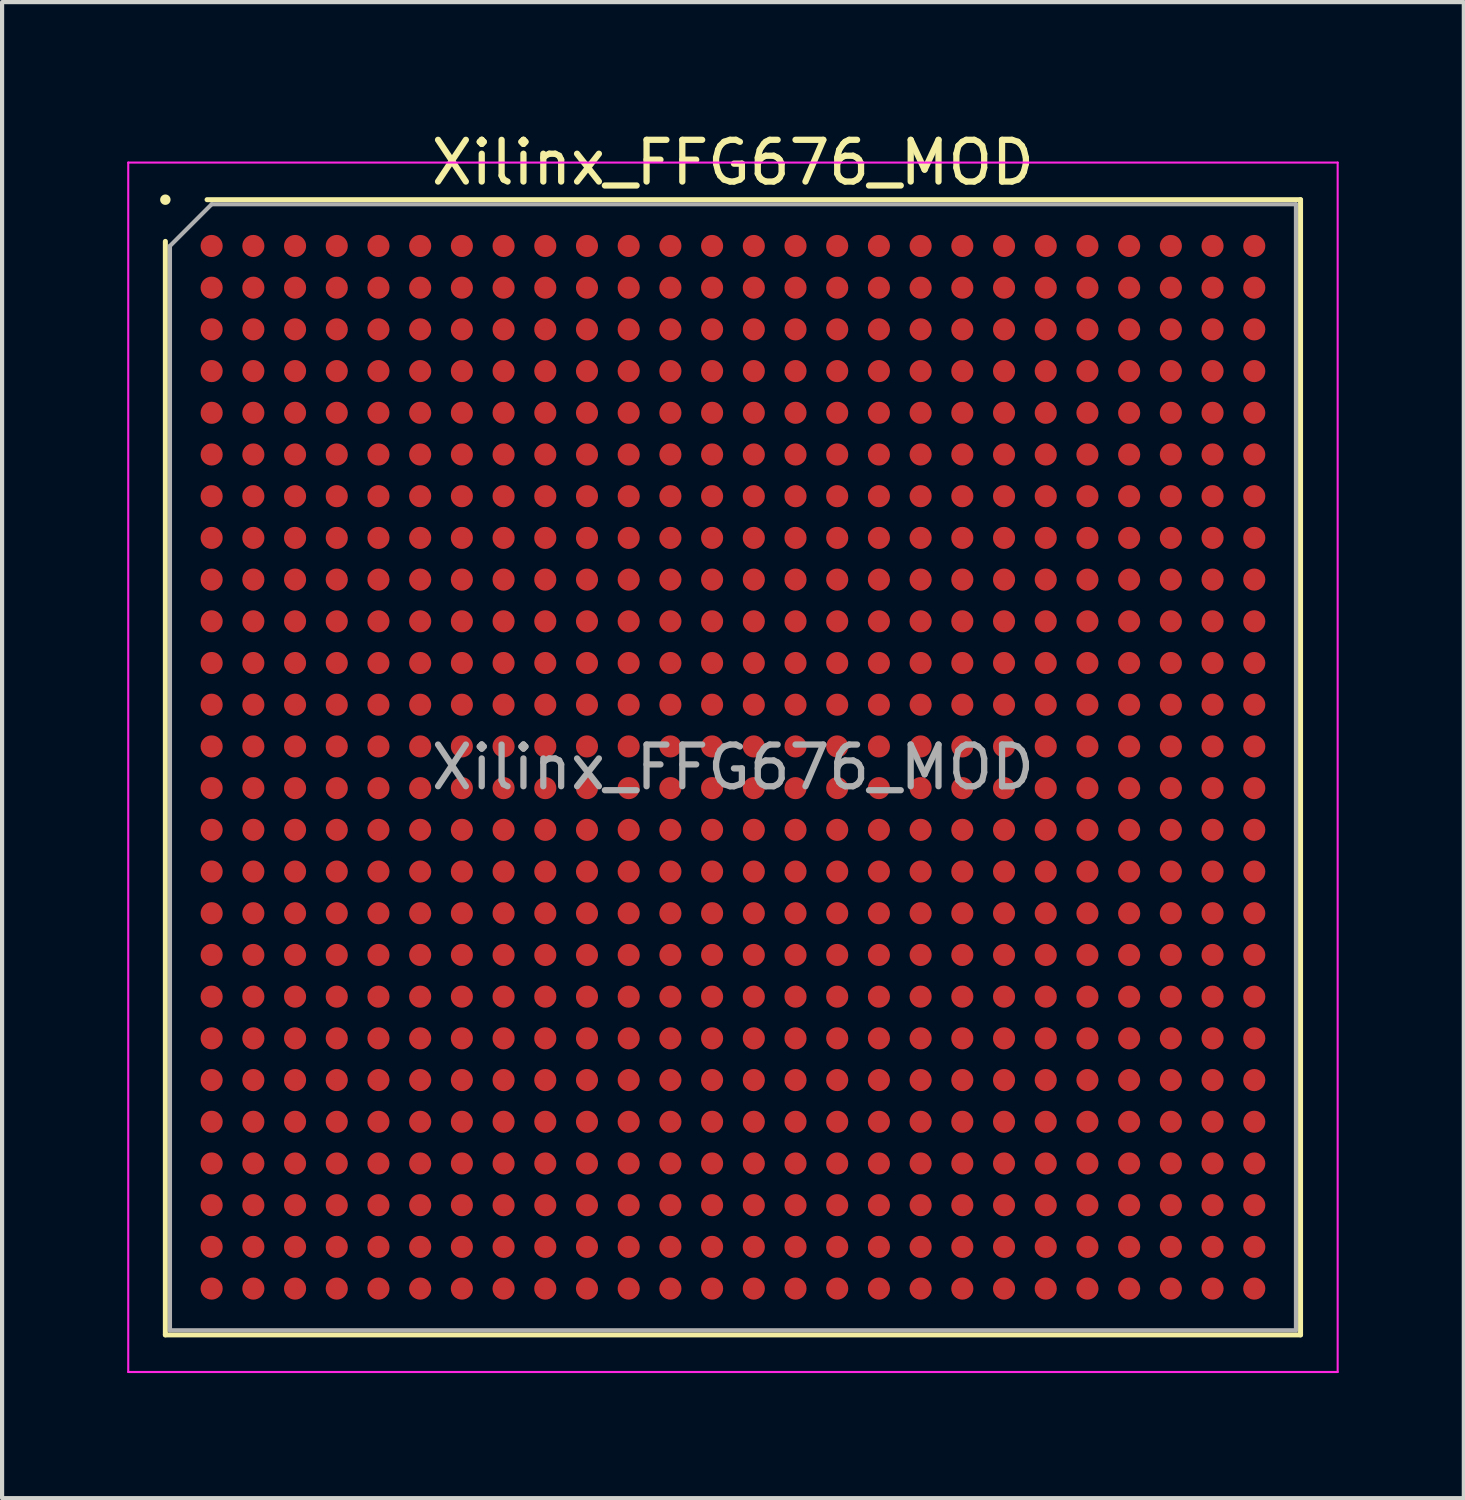
<source format=kicad_pcb>
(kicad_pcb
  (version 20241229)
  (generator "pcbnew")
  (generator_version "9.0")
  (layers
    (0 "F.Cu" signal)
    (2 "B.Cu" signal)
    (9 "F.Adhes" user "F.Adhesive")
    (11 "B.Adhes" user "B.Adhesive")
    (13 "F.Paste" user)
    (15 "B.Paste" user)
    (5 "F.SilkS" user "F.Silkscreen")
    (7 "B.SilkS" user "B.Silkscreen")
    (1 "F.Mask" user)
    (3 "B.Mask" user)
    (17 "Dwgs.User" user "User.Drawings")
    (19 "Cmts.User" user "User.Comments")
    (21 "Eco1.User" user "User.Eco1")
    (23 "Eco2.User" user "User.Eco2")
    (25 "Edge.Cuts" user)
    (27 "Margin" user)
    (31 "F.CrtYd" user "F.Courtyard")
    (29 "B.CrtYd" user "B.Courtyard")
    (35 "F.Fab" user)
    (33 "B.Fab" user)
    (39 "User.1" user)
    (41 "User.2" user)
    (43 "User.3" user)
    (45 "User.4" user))
  (footprint "Xilinx_FFG676_MOD"
    (layer "F.Cu")
    (at 14.525 15.348)
    (property "Reference" "Xilinx_FFG676_MOD" (at 0 -14.5 0) (layer "F.SilkS") (effects (font (size 1 1) (thickness 0.15))))
    (attr smd)
    (fp_line (start -13.61 13.61) (end -13.61 -12.61) (stroke (width 0.12) (type solid)) (layer "F.SilkS"))
    (fp_line (start -12.61 -13.61) (end 13.61 -13.61) (stroke (width 0.12) (type solid)) (layer "F.SilkS"))
    (fp_line (start 13.61 -13.61) (end 13.61 13.61) (stroke (width 0.12) (type solid)) (layer "F.SilkS"))
    (fp_line (start 13.61 13.61) (end -13.61 13.61) (stroke (width 0.12) (type solid)) (layer "F.SilkS"))
    (fp_circle (center -13.61 -13.61) (end -13.535 -13.61) (stroke (width 0.1) (type solid)) (fill yes) (layer "F.SilkS"))
    (fp_line (start -14.5 -14.5) (end -14.5 14.5) (stroke (width 0.05) (type solid)) (layer "F.CrtYd"))
    (fp_line (start -14.5 14.5) (end 14.5 14.5) (stroke (width 0.05) (type solid)) (layer "F.CrtYd"))
    (fp_line (start 14.5 -14.5) (end -14.5 -14.5) (stroke (width 0.05) (type solid)) (layer "F.CrtYd"))
    (fp_line (start 14.5 14.5) (end 14.5 -14.5) (stroke (width 0.05) (type solid)) (layer "F.CrtYd"))
    (fp_line (start -13.5 -12.5) (end -12.5 -13.5) (stroke (width 0.1) (type solid)) (layer "F.Fab"))
    (fp_line (start -13.5 13.5) (end -13.5 -12.5) (stroke (width 0.1) (type solid)) (layer "F.Fab"))
    (fp_line (start -12.5 -13.5) (end 13.5 -13.5) (stroke (width 0.1) (type solid)) (layer "F.Fab"))
    (fp_line (start 13.5 -13.5) (end 13.5 13.5) (stroke (width 0.1) (type solid)) (layer "F.Fab"))
    (fp_line (start 13.5 13.5) (end -13.5 13.5) (stroke (width 0.1) (type solid)) (layer "F.Fab"))
    (fp_text user "${REFERENCE}" (at 0 0 0) (layer "F.Fab") (effects (font (size 1 1) (thickness 0.15))))
    (pad "A1" smd circle (at -12.5 -12.5) (size 0.53 0.53) (layers "F.Cu" "F.Mask" "F.Paste"))
    (pad "A2" smd circle (at -11.5 -12.5) (size 0.53 0.53) (layers "F.Cu" "F.Mask" "F.Paste"))
    (pad "A3" smd circle (at -10.5 -12.5) (size 0.53 0.53) (layers "F.Cu" "F.Mask" "F.Paste"))
    (pad "A4" smd circle (at -9.5 -12.5) (size 0.53 0.53) (layers "F.Cu" "F.Mask" "F.Paste"))
    (pad "A5" smd circle (at -8.5 -12.5) (size 0.53 0.53) (layers "F.Cu" "F.Mask" "F.Paste"))
    (pad "A6" smd circle (at -7.5 -12.5) (size 0.53 0.53) (layers "F.Cu" "F.Mask" "F.Paste"))
    (pad "A7" smd circle (at -6.5 -12.5) (size 0.53 0.53) (layers "F.Cu" "F.Mask" "F.Paste"))
    (pad "A8" smd circle (at -5.5 -12.5) (size 0.53 0.53) (layers "F.Cu" "F.Mask" "F.Paste"))
    (pad "A9" smd circle (at -4.5 -12.5) (size 0.53 0.53) (layers "F.Cu" "F.Mask" "F.Paste"))
    (pad "A10" smd circle (at -3.5 -12.5) (size 0.53 0.53) (layers "F.Cu" "F.Mask" "F.Paste"))
    (pad "A11" smd circle (at -2.5 -12.5) (size 0.53 0.53) (layers "F.Cu" "F.Mask" "F.Paste"))
    (pad "A12" smd circle (at -1.5 -12.5) (size 0.53 0.53) (layers "F.Cu" "F.Mask" "F.Paste"))
    (pad "A13" smd circle (at -0.5 -12.5) (size 0.53 0.53) (layers "F.Cu" "F.Mask" "F.Paste"))
    (pad "A14" smd circle (at 0.5 -12.5) (size 0.53 0.53) (layers "F.Cu" "F.Mask" "F.Paste"))
    (pad "A15" smd circle (at 1.5 -12.5) (size 0.53 0.53) (layers "F.Cu" "F.Mask" "F.Paste"))
    (pad "A16" smd circle (at 2.5 -12.5) (size 0.53 0.53) (layers "F.Cu" "F.Mask" "F.Paste"))
    (pad "A17" smd circle (at 3.5 -12.5) (size 0.53 0.53) (layers "F.Cu" "F.Mask" "F.Paste"))
    (pad "A18" smd circle (at 4.5 -12.5) (size 0.53 0.53) (layers "F.Cu" "F.Mask" "F.Paste"))
    (pad "A19" smd circle (at 5.5 -12.5) (size 0.53 0.53) (layers "F.Cu" "F.Mask" "F.Paste"))
    (pad "A20" smd circle (at 6.5 -12.5) (size 0.53 0.53) (layers "F.Cu" "F.Mask" "F.Paste"))
    (pad "A21" smd circle (at 7.5 -12.5) (size 0.53 0.53) (layers "F.Cu" "F.Mask" "F.Paste"))
    (pad "A22" smd circle (at 8.5 -12.5) (size 0.53 0.53) (layers "F.Cu" "F.Mask" "F.Paste"))
    (pad "A23" smd circle (at 9.5 -12.5) (size 0.53 0.53) (layers "F.Cu" "F.Mask" "F.Paste"))
    (pad "A24" smd circle (at 10.5 -12.5) (size 0.53 0.53) (layers "F.Cu" "F.Mask" "F.Paste"))
    (pad "A25" smd circle (at 11.5 -12.5) (size 0.53 0.53) (layers "F.Cu" "F.Mask" "F.Paste"))
    (pad "A26" smd circle (at 12.5 -12.5) (size 0.53 0.53) (layers "F.Cu" "F.Mask" "F.Paste"))
    (pad "AA1" smd circle (at -12.5 7.5) (size 0.53 0.53) (layers "F.Cu" "F.Mask" "F.Paste"))
    (pad "AA2" smd circle (at -11.5 7.5) (size 0.53 0.53) (layers "F.Cu" "F.Mask" "F.Paste"))
    (pad "AA3" smd circle (at -10.5 7.5) (size 0.53 0.53) (layers "F.Cu" "F.Mask" "F.Paste"))
    (pad "AA4" smd circle (at -9.5 7.5) (size 0.53 0.53) (layers "F.Cu" "F.Mask" "F.Paste"))
    (pad "AA5" smd circle (at -8.5 7.5) (size 0.53 0.53) (layers "F.Cu" "F.Mask" "F.Paste"))
    (pad "AA6" smd circle (at -7.5 7.5) (size 0.53 0.53) (layers "F.Cu" "F.Mask" "F.Paste"))
    (pad "AA7" smd circle (at -6.5 7.5) (size 0.53 0.53) (layers "F.Cu" "F.Mask" "F.Paste"))
    (pad "AA8" smd circle (at -5.5 7.5) (size 0.53 0.53) (layers "F.Cu" "F.Mask" "F.Paste"))
    (pad "AA9" smd circle (at -4.5 7.5) (size 0.53 0.53) (layers "F.Cu" "F.Mask" "F.Paste"))
    (pad "AA10" smd circle (at -3.5 7.5) (size 0.53 0.53) (layers "F.Cu" "F.Mask" "F.Paste"))
    (pad "AA11" smd circle (at -2.5 7.5) (size 0.53 0.53) (layers "F.Cu" "F.Mask" "F.Paste"))
    (pad "AA12" smd circle (at -1.5 7.5) (size 0.53 0.53) (layers "F.Cu" "F.Mask" "F.Paste"))
    (pad "AA13" smd circle (at -0.5 7.5) (size 0.53 0.53) (layers "F.Cu" "F.Mask" "F.Paste"))
    (pad "AA14" smd circle (at 0.5 7.5) (size 0.53 0.53) (layers "F.Cu" "F.Mask" "F.Paste"))
    (pad "AA15" smd circle (at 1.5 7.5) (size 0.53 0.53) (layers "F.Cu" "F.Mask" "F.Paste"))
    (pad "AA16" smd circle (at 2.5 7.5) (size 0.53 0.53) (layers "F.Cu" "F.Mask" "F.Paste"))
    (pad "AA17" smd circle (at 3.5 7.5) (size 0.53 0.53) (layers "F.Cu" "F.Mask" "F.Paste"))
    (pad "AA18" smd circle (at 4.5 7.5) (size 0.53 0.53) (layers "F.Cu" "F.Mask" "F.Paste"))
    (pad "AA19" smd circle (at 5.5 7.5) (size 0.53 0.53) (layers "F.Cu" "F.Mask" "F.Paste"))
    (pad "AA20" smd circle (at 6.5 7.5) (size 0.53 0.53) (layers "F.Cu" "F.Mask" "F.Paste"))
    (pad "AA21" smd circle (at 7.5 7.5) (size 0.53 0.53) (layers "F.Cu" "F.Mask" "F.Paste"))
    (pad "AA22" smd circle (at 8.5 7.5) (size 0.53 0.53) (layers "F.Cu" "F.Mask" "F.Paste"))
    (pad "AA23" smd circle (at 9.5 7.5) (size 0.53 0.53) (layers "F.Cu" "F.Mask" "F.Paste"))
    (pad "AA24" smd circle (at 10.5 7.5) (size 0.53 0.53) (layers "F.Cu" "F.Mask" "F.Paste"))
    (pad "AA25" smd circle (at 11.5 7.5) (size 0.53 0.53) (layers "F.Cu" "F.Mask" "F.Paste"))
    (pad "AA26" smd circle (at 12.5 7.5) (size 0.53 0.53) (layers "F.Cu" "F.Mask" "F.Paste"))
    (pad "AB1" smd circle (at -12.5 8.5) (size 0.53 0.53) (layers "F.Cu" "F.Mask" "F.Paste"))
    (pad "AB2" smd circle (at -11.5 8.5) (size 0.53 0.53) (layers "F.Cu" "F.Mask" "F.Paste"))
    (pad "AB3" smd circle (at -10.5 8.5) (size 0.53 0.53) (layers "F.Cu" "F.Mask" "F.Paste"))
    (pad "AB4" smd circle (at -9.5 8.5) (size 0.53 0.53) (layers "F.Cu" "F.Mask" "F.Paste"))
    (pad "AB5" smd circle (at -8.5 8.5) (size 0.53 0.53) (layers "F.Cu" "F.Mask" "F.Paste"))
    (pad "AB6" smd circle (at -7.5 8.5) (size 0.53 0.53) (layers "F.Cu" "F.Mask" "F.Paste"))
    (pad "AB7" smd circle (at -6.5 8.5) (size 0.53 0.53) (layers "F.Cu" "F.Mask" "F.Paste"))
    (pad "AB8" smd circle (at -5.5 8.5) (size 0.53 0.53) (layers "F.Cu" "F.Mask" "F.Paste"))
    (pad "AB9" smd circle (at -4.5 8.5) (size 0.53 0.53) (layers "F.Cu" "F.Mask" "F.Paste"))
    (pad "AB10" smd circle (at -3.5 8.5) (size 0.53 0.53) (layers "F.Cu" "F.Mask" "F.Paste"))
    (pad "AB11" smd circle (at -2.5 8.5) (size 0.53 0.53) (layers "F.Cu" "F.Mask" "F.Paste"))
    (pad "AB12" smd circle (at -1.5 8.5) (size 0.53 0.53) (layers "F.Cu" "F.Mask" "F.Paste"))
    (pad "AB13" smd circle (at -0.5 8.5) (size 0.53 0.53) (layers "F.Cu" "F.Mask" "F.Paste"))
    (pad "AB14" smd circle (at 0.5 8.5) (size 0.53 0.53) (layers "F.Cu" "F.Mask" "F.Paste"))
    (pad "AB15" smd circle (at 1.5 8.5) (size 0.53 0.53) (layers "F.Cu" "F.Mask" "F.Paste"))
    (pad "AB16" smd circle (at 2.5 8.5) (size 0.53 0.53) (layers "F.Cu" "F.Mask" "F.Paste"))
    (pad "AB17" smd circle (at 3.5 8.5) (size 0.53 0.53) (layers "F.Cu" "F.Mask" "F.Paste"))
    (pad "AB18" smd circle (at 4.5 8.5) (size 0.53 0.53) (layers "F.Cu" "F.Mask" "F.Paste"))
    (pad "AB19" smd circle (at 5.5 8.5) (size 0.53 0.53) (layers "F.Cu" "F.Mask" "F.Paste"))
    (pad "AB20" smd circle (at 6.5 8.5) (size 0.53 0.53) (layers "F.Cu" "F.Mask" "F.Paste"))
    (pad "AB21" smd circle (at 7.5 8.5) (size 0.53 0.53) (layers "F.Cu" "F.Mask" "F.Paste"))
    (pad "AB22" smd circle (at 8.5 8.5) (size 0.53 0.53) (layers "F.Cu" "F.Mask" "F.Paste"))
    (pad "AB23" smd circle (at 9.5 8.5) (size 0.53 0.53) (layers "F.Cu" "F.Mask" "F.Paste"))
    (pad "AB24" smd circle (at 10.5 8.5) (size 0.53 0.53) (layers "F.Cu" "F.Mask" "F.Paste"))
    (pad "AB25" smd circle (at 11.5 8.5) (size 0.53 0.53) (layers "F.Cu" "F.Mask" "F.Paste"))
    (pad "AB26" smd circle (at 12.5 8.5) (size 0.53 0.53) (layers "F.Cu" "F.Mask" "F.Paste"))
    (pad "AC1" smd circle (at -12.5 9.5) (size 0.53 0.53) (layers "F.Cu" "F.Mask" "F.Paste"))
    (pad "AC2" smd circle (at -11.5 9.5) (size 0.53 0.53) (layers "F.Cu" "F.Mask" "F.Paste"))
    (pad "AC3" smd circle (at -10.5 9.5) (size 0.53 0.53) (layers "F.Cu" "F.Mask" "F.Paste"))
    (pad "AC4" smd circle (at -9.5 9.5) (size 0.53 0.53) (layers "F.Cu" "F.Mask" "F.Paste"))
    (pad "AC5" smd circle (at -8.5 9.5) (size 0.53 0.53) (layers "F.Cu" "F.Mask" "F.Paste"))
    (pad "AC6" smd circle (at -7.5 9.5) (size 0.53 0.53) (layers "F.Cu" "F.Mask" "F.Paste"))
    (pad "AC7" smd circle (at -6.5 9.5) (size 0.53 0.53) (layers "F.Cu" "F.Mask" "F.Paste"))
    (pad "AC8" smd circle (at -5.5 9.5) (size 0.53 0.53) (layers "F.Cu" "F.Mask" "F.Paste"))
    (pad "AC9" smd circle (at -4.5 9.5) (size 0.53 0.53) (layers "F.Cu" "F.Mask" "F.Paste"))
    (pad "AC10" smd circle (at -3.5 9.5) (size 0.53 0.53) (layers "F.Cu" "F.Mask" "F.Paste"))
    (pad "AC11" smd circle (at -2.5 9.5) (size 0.53 0.53) (layers "F.Cu" "F.Mask" "F.Paste"))
    (pad "AC12" smd circle (at -1.5 9.5) (size 0.53 0.53) (layers "F.Cu" "F.Mask" "F.Paste"))
    (pad "AC13" smd circle (at -0.5 9.5) (size 0.53 0.53) (layers "F.Cu" "F.Mask" "F.Paste"))
    (pad "AC14" smd circle (at 0.5 9.5) (size 0.53 0.53) (layers "F.Cu" "F.Mask" "F.Paste"))
    (pad "AC15" smd circle (at 1.5 9.5) (size 0.53 0.53) (layers "F.Cu" "F.Mask" "F.Paste"))
    (pad "AC16" smd circle (at 2.5 9.5) (size 0.53 0.53) (layers "F.Cu" "F.Mask" "F.Paste"))
    (pad "AC17" smd circle (at 3.5 9.5) (size 0.53 0.53) (layers "F.Cu" "F.Mask" "F.Paste"))
    (pad "AC18" smd circle (at 4.5 9.5) (size 0.53 0.53) (layers "F.Cu" "F.Mask" "F.Paste"))
    (pad "AC19" smd circle (at 5.5 9.5) (size 0.53 0.53) (layers "F.Cu" "F.Mask" "F.Paste"))
    (pad "AC20" smd circle (at 6.5 9.5) (size 0.53 0.53) (layers "F.Cu" "F.Mask" "F.Paste"))
    (pad "AC21" smd circle (at 7.5 9.5) (size 0.53 0.53) (layers "F.Cu" "F.Mask" "F.Paste"))
    (pad "AC22" smd circle (at 8.5 9.5) (size 0.53 0.53) (layers "F.Cu" "F.Mask" "F.Paste"))
    (pad "AC23" smd circle (at 9.5 9.5) (size 0.53 0.53) (layers "F.Cu" "F.Mask" "F.Paste"))
    (pad "AC24" smd circle (at 10.5 9.5) (size 0.53 0.53) (layers "F.Cu" "F.Mask" "F.Paste"))
    (pad "AC25" smd circle (at 11.5 9.5) (size 0.53 0.53) (layers "F.Cu" "F.Mask" "F.Paste"))
    (pad "AC26" smd circle (at 12.5 9.5) (size 0.53 0.53) (layers "F.Cu" "F.Mask" "F.Paste"))
    (pad "AD1" smd circle (at -12.5 10.5) (size 0.53 0.53) (layers "F.Cu" "F.Mask" "F.Paste"))
    (pad "AD2" smd circle (at -11.5 10.5) (size 0.53 0.53) (layers "F.Cu" "F.Mask" "F.Paste"))
    (pad "AD3" smd circle (at -10.5 10.5) (size 0.53 0.53) (layers "F.Cu" "F.Mask" "F.Paste"))
    (pad "AD4" smd circle (at -9.5 10.5) (size 0.53 0.53) (layers "F.Cu" "F.Mask" "F.Paste"))
    (pad "AD5" smd circle (at -8.5 10.5) (size 0.53 0.53) (layers "F.Cu" "F.Mask" "F.Paste"))
    (pad "AD6" smd circle (at -7.5 10.5) (size 0.53 0.53) (layers "F.Cu" "F.Mask" "F.Paste"))
    (pad "AD7" smd circle (at -6.5 10.5) (size 0.53 0.53) (layers "F.Cu" "F.Mask" "F.Paste"))
    (pad "AD8" smd circle (at -5.5 10.5) (size 0.53 0.53) (layers "F.Cu" "F.Mask" "F.Paste"))
    (pad "AD9" smd circle (at -4.5 10.5) (size 0.53 0.53) (layers "F.Cu" "F.Mask" "F.Paste"))
    (pad "AD10" smd circle (at -3.5 10.5) (size 0.53 0.53) (layers "F.Cu" "F.Mask" "F.Paste"))
    (pad "AD11" smd circle (at -2.5 10.5) (size 0.53 0.53) (layers "F.Cu" "F.Mask" "F.Paste"))
    (pad "AD12" smd circle (at -1.5 10.5) (size 0.53 0.53) (layers "F.Cu" "F.Mask" "F.Paste"))
    (pad "AD13" smd circle (at -0.5 10.5) (size 0.53 0.53) (layers "F.Cu" "F.Mask" "F.Paste"))
    (pad "AD14" smd circle (at 0.5 10.5) (size 0.53 0.53) (layers "F.Cu" "F.Mask" "F.Paste"))
    (pad "AD15" smd circle (at 1.5 10.5) (size 0.53 0.53) (layers "F.Cu" "F.Mask" "F.Paste"))
    (pad "AD16" smd circle (at 2.5 10.5) (size 0.53 0.53) (layers "F.Cu" "F.Mask" "F.Paste"))
    (pad "AD17" smd circle (at 3.5 10.5) (size 0.53 0.53) (layers "F.Cu" "F.Mask" "F.Paste"))
    (pad "AD18" smd circle (at 4.5 10.5) (size 0.53 0.53) (layers "F.Cu" "F.Mask" "F.Paste"))
    (pad "AD19" smd circle (at 5.5 10.5) (size 0.53 0.53) (layers "F.Cu" "F.Mask" "F.Paste"))
    (pad "AD20" smd circle (at 6.5 10.5) (size 0.53 0.53) (layers "F.Cu" "F.Mask" "F.Paste"))
    (pad "AD21" smd circle (at 7.5 10.5) (size 0.53 0.53) (layers "F.Cu" "F.Mask" "F.Paste"))
    (pad "AD22" smd circle (at 8.5 10.5) (size 0.53 0.53) (layers "F.Cu" "F.Mask" "F.Paste"))
    (pad "AD23" smd circle (at 9.5 10.5) (size 0.53 0.53) (layers "F.Cu" "F.Mask" "F.Paste"))
    (pad "AD24" smd circle (at 10.5 10.5) (size 0.53 0.53) (layers "F.Cu" "F.Mask" "F.Paste"))
    (pad "AD25" smd circle (at 11.5 10.5) (size 0.53 0.53) (layers "F.Cu" "F.Mask" "F.Paste"))
    (pad "AD26" smd circle (at 12.5 10.5) (size 0.53 0.53) (layers "F.Cu" "F.Mask" "F.Paste"))
    (pad "AE1" smd circle (at -12.5 11.5) (size 0.53 0.53) (layers "F.Cu" "F.Mask" "F.Paste"))
    (pad "AE2" smd circle (at -11.5 11.5) (size 0.53 0.53) (layers "F.Cu" "F.Mask" "F.Paste"))
    (pad "AE3" smd circle (at -10.5 11.5) (size 0.53 0.53) (layers "F.Cu" "F.Mask" "F.Paste"))
    (pad "AE4" smd circle (at -9.5 11.5) (size 0.53 0.53) (layers "F.Cu" "F.Mask" "F.Paste"))
    (pad "AE5" smd circle (at -8.5 11.5) (size 0.53 0.53) (layers "F.Cu" "F.Mask" "F.Paste"))
    (pad "AE6" smd circle (at -7.5 11.5) (size 0.53 0.53) (layers "F.Cu" "F.Mask" "F.Paste"))
    (pad "AE7" smd circle (at -6.5 11.5) (size 0.53 0.53) (layers "F.Cu" "F.Mask" "F.Paste"))
    (pad "AE8" smd circle (at -5.5 11.5) (size 0.53 0.53) (layers "F.Cu" "F.Mask" "F.Paste"))
    (pad "AE9" smd circle (at -4.5 11.5) (size 0.53 0.53) (layers "F.Cu" "F.Mask" "F.Paste"))
    (pad "AE10" smd circle (at -3.5 11.5) (size 0.53 0.53) (layers "F.Cu" "F.Mask" "F.Paste"))
    (pad "AE11" smd circle (at -2.5 11.5) (size 0.53 0.53) (layers "F.Cu" "F.Mask" "F.Paste"))
    (pad "AE12" smd circle (at -1.5 11.5) (size 0.53 0.53) (layers "F.Cu" "F.Mask" "F.Paste"))
    (pad "AE13" smd circle (at -0.5 11.5) (size 0.53 0.53) (layers "F.Cu" "F.Mask" "F.Paste"))
    (pad "AE14" smd circle (at 0.5 11.5) (size 0.53 0.53) (layers "F.Cu" "F.Mask" "F.Paste"))
    (pad "AE15" smd circle (at 1.5 11.5) (size 0.53 0.53) (layers "F.Cu" "F.Mask" "F.Paste"))
    (pad "AE16" smd circle (at 2.5 11.5) (size 0.53 0.53) (layers "F.Cu" "F.Mask" "F.Paste"))
    (pad "AE17" smd circle (at 3.5 11.5) (size 0.53 0.53) (layers "F.Cu" "F.Mask" "F.Paste"))
    (pad "AE18" smd circle (at 4.5 11.5) (size 0.53 0.53) (layers "F.Cu" "F.Mask" "F.Paste"))
    (pad "AE19" smd circle (at 5.5 11.5) (size 0.53 0.53) (layers "F.Cu" "F.Mask" "F.Paste"))
    (pad "AE20" smd circle (at 6.5 11.5) (size 0.53 0.53) (layers "F.Cu" "F.Mask" "F.Paste"))
    (pad "AE21" smd circle (at 7.5 11.5) (size 0.53 0.53) (layers "F.Cu" "F.Mask" "F.Paste"))
    (pad "AE22" smd circle (at 8.5 11.5) (size 0.53 0.53) (layers "F.Cu" "F.Mask" "F.Paste"))
    (pad "AE23" smd circle (at 9.5 11.5) (size 0.53 0.53) (layers "F.Cu" "F.Mask" "F.Paste"))
    (pad "AE24" smd circle (at 10.5 11.5) (size 0.53 0.53) (layers "F.Cu" "F.Mask" "F.Paste"))
    (pad "AE25" smd circle (at 11.5 11.5) (size 0.53 0.53) (layers "F.Cu" "F.Mask" "F.Paste"))
    (pad "AE26" smd circle (at 12.5 11.5) (size 0.53 0.53) (layers "F.Cu" "F.Mask" "F.Paste"))
    (pad "AF1" smd circle (at -12.5 12.5) (size 0.53 0.53) (layers "F.Cu" "F.Mask" "F.Paste"))
    (pad "AF2" smd circle (at -11.5 12.5) (size 0.53 0.53) (layers "F.Cu" "F.Mask" "F.Paste"))
    (pad "AF3" smd circle (at -10.5 12.5) (size 0.53 0.53) (layers "F.Cu" "F.Mask" "F.Paste"))
    (pad "AF4" smd circle (at -9.5 12.5) (size 0.53 0.53) (layers "F.Cu" "F.Mask" "F.Paste"))
    (pad "AF5" smd circle (at -8.5 12.5) (size 0.53 0.53) (layers "F.Cu" "F.Mask" "F.Paste"))
    (pad "AF6" smd circle (at -7.5 12.5) (size 0.53 0.53) (layers "F.Cu" "F.Mask" "F.Paste"))
    (pad "AF7" smd circle (at -6.5 12.5) (size 0.53 0.53) (layers "F.Cu" "F.Mask" "F.Paste"))
    (pad "AF8" smd circle (at -5.5 12.5) (size 0.53 0.53) (layers "F.Cu" "F.Mask" "F.Paste"))
    (pad "AF9" smd circle (at -4.5 12.5) (size 0.53 0.53) (layers "F.Cu" "F.Mask" "F.Paste"))
    (pad "AF10" smd circle (at -3.5 12.5) (size 0.53 0.53) (layers "F.Cu" "F.Mask" "F.Paste"))
    (pad "AF11" smd circle (at -2.5 12.5) (size 0.53 0.53) (layers "F.Cu" "F.Mask" "F.Paste"))
    (pad "AF12" smd circle (at -1.5 12.5) (size 0.53 0.53) (layers "F.Cu" "F.Mask" "F.Paste"))
    (pad "AF13" smd circle (at -0.5 12.5) (size 0.53 0.53) (layers "F.Cu" "F.Mask" "F.Paste"))
    (pad "AF14" smd circle (at 0.5 12.5) (size 0.53 0.53) (layers "F.Cu" "F.Mask" "F.Paste"))
    (pad "AF15" smd circle (at 1.5 12.5) (size 0.53 0.53) (layers "F.Cu" "F.Mask" "F.Paste"))
    (pad "AF16" smd circle (at 2.5 12.5) (size 0.53 0.53) (layers "F.Cu" "F.Mask" "F.Paste"))
    (pad "AF17" smd circle (at 3.5 12.5) (size 0.53 0.53) (layers "F.Cu" "F.Mask" "F.Paste"))
    (pad "AF18" smd circle (at 4.5 12.5) (size 0.53 0.53) (layers "F.Cu" "F.Mask" "F.Paste"))
    (pad "AF19" smd circle (at 5.5 12.5) (size 0.53 0.53) (layers "F.Cu" "F.Mask" "F.Paste"))
    (pad "AF20" smd circle (at 6.5 12.5) (size 0.53 0.53) (layers "F.Cu" "F.Mask" "F.Paste"))
    (pad "AF21" smd circle (at 7.5 12.5) (size 0.53 0.53) (layers "F.Cu" "F.Mask" "F.Paste"))
    (pad "AF22" smd circle (at 8.5 12.5) (size 0.53 0.53) (layers "F.Cu" "F.Mask" "F.Paste"))
    (pad "AF23" smd circle (at 9.5 12.5) (size 0.53 0.53) (layers "F.Cu" "F.Mask" "F.Paste"))
    (pad "AF24" smd circle (at 10.5 12.5) (size 0.53 0.53) (layers "F.Cu" "F.Mask" "F.Paste"))
    (pad "AF25" smd circle (at 11.5 12.5) (size 0.53 0.53) (layers "F.Cu" "F.Mask" "F.Paste"))
    (pad "AF26" smd circle (at 12.5 12.5) (size 0.53 0.53) (layers "F.Cu" "F.Mask" "F.Paste"))
    (pad "B1" smd circle (at -12.5 -11.5) (size 0.53 0.53) (layers "F.Cu" "F.Mask" "F.Paste"))
    (pad "B2" smd circle (at -11.5 -11.5) (size 0.53 0.53) (layers "F.Cu" "F.Mask" "F.Paste"))
    (pad "B3" smd circle (at -10.5 -11.5) (size 0.53 0.53) (layers "F.Cu" "F.Mask" "F.Paste"))
    (pad "B4" smd circle (at -9.5 -11.5) (size 0.53 0.53) (layers "F.Cu" "F.Mask" "F.Paste"))
    (pad "B5" smd circle (at -8.5 -11.5) (size 0.53 0.53) (layers "F.Cu" "F.Mask" "F.Paste"))
    (pad "B6" smd circle (at -7.5 -11.5) (size 0.53 0.53) (layers "F.Cu" "F.Mask" "F.Paste"))
    (pad "B7" smd circle (at -6.5 -11.5) (size 0.53 0.53) (layers "F.Cu" "F.Mask" "F.Paste"))
    (pad "B8" smd circle (at -5.5 -11.5) (size 0.53 0.53) (layers "F.Cu" "F.Mask" "F.Paste"))
    (pad "B9" smd circle (at -4.5 -11.5) (size 0.53 0.53) (layers "F.Cu" "F.Mask" "F.Paste"))
    (pad "B10" smd circle (at -3.5 -11.5) (size 0.53 0.53) (layers "F.Cu" "F.Mask" "F.Paste"))
    (pad "B11" smd circle (at -2.5 -11.5) (size 0.53 0.53) (layers "F.Cu" "F.Mask" "F.Paste"))
    (pad "B12" smd circle (at -1.5 -11.5) (size 0.53 0.53) (layers "F.Cu" "F.Mask" "F.Paste"))
    (pad "B13" smd circle (at -0.5 -11.5) (size 0.53 0.53) (layers "F.Cu" "F.Mask" "F.Paste"))
    (pad "B14" smd circle (at 0.5 -11.5) (size 0.53 0.53) (layers "F.Cu" "F.Mask" "F.Paste"))
    (pad "B15" smd circle (at 1.5 -11.5) (size 0.53 0.53) (layers "F.Cu" "F.Mask" "F.Paste"))
    (pad "B16" smd circle (at 2.5 -11.5) (size 0.53 0.53) (layers "F.Cu" "F.Mask" "F.Paste"))
    (pad "B17" smd circle (at 3.5 -11.5) (size 0.53 0.53) (layers "F.Cu" "F.Mask" "F.Paste"))
    (pad "B18" smd circle (at 4.5 -11.5) (size 0.53 0.53) (layers "F.Cu" "F.Mask" "F.Paste"))
    (pad "B19" smd circle (at 5.5 -11.5) (size 0.53 0.53) (layers "F.Cu" "F.Mask" "F.Paste"))
    (pad "B20" smd circle (at 6.5 -11.5) (size 0.53 0.53) (layers "F.Cu" "F.Mask" "F.Paste"))
    (pad "B21" smd circle (at 7.5 -11.5) (size 0.53 0.53) (layers "F.Cu" "F.Mask" "F.Paste"))
    (pad "B22" smd circle (at 8.5 -11.5) (size 0.53 0.53) (layers "F.Cu" "F.Mask" "F.Paste"))
    (pad "B23" smd circle (at 9.5 -11.5) (size 0.53 0.53) (layers "F.Cu" "F.Mask" "F.Paste"))
    (pad "B24" smd circle (at 10.5 -11.5) (size 0.53 0.53) (layers "F.Cu" "F.Mask" "F.Paste"))
    (pad "B25" smd circle (at 11.5 -11.5) (size 0.53 0.53) (layers "F.Cu" "F.Mask" "F.Paste"))
    (pad "B26" smd circle (at 12.5 -11.5) (size 0.53 0.53) (layers "F.Cu" "F.Mask" "F.Paste"))
    (pad "C1" smd circle (at -12.5 -10.5) (size 0.53 0.53) (layers "F.Cu" "F.Mask" "F.Paste"))
    (pad "C2" smd circle (at -11.5 -10.5) (size 0.53 0.53) (layers "F.Cu" "F.Mask" "F.Paste"))
    (pad "C3" smd circle (at -10.5 -10.5) (size 0.53 0.53) (layers "F.Cu" "F.Mask" "F.Paste"))
    (pad "C4" smd circle (at -9.5 -10.5) (size 0.53 0.53) (layers "F.Cu" "F.Mask" "F.Paste"))
    (pad "C5" smd circle (at -8.5 -10.5) (size 0.53 0.53) (layers "F.Cu" "F.Mask" "F.Paste"))
    (pad "C6" smd circle (at -7.5 -10.5) (size 0.53 0.53) (layers "F.Cu" "F.Mask" "F.Paste"))
    (pad "C7" smd circle (at -6.5 -10.5) (size 0.53 0.53) (layers "F.Cu" "F.Mask" "F.Paste"))
    (pad "C8" smd circle (at -5.5 -10.5) (size 0.53 0.53) (layers "F.Cu" "F.Mask" "F.Paste"))
    (pad "C9" smd circle (at -4.5 -10.5) (size 0.53 0.53) (layers "F.Cu" "F.Mask" "F.Paste"))
    (pad "C10" smd circle (at -3.5 -10.5) (size 0.53 0.53) (layers "F.Cu" "F.Mask" "F.Paste"))
    (pad "C11" smd circle (at -2.5 -10.5) (size 0.53 0.53) (layers "F.Cu" "F.Mask" "F.Paste"))
    (pad "C12" smd circle (at -1.5 -10.5) (size 0.53 0.53) (layers "F.Cu" "F.Mask" "F.Paste"))
    (pad "C13" smd circle (at -0.5 -10.5) (size 0.53 0.53) (layers "F.Cu" "F.Mask" "F.Paste"))
    (pad "C14" smd circle (at 0.5 -10.5) (size 0.53 0.53) (layers "F.Cu" "F.Mask" "F.Paste"))
    (pad "C15" smd circle (at 1.5 -10.5) (size 0.53 0.53) (layers "F.Cu" "F.Mask" "F.Paste"))
    (pad "C16" smd circle (at 2.5 -10.5) (size 0.53 0.53) (layers "F.Cu" "F.Mask" "F.Paste"))
    (pad "C17" smd circle (at 3.5 -10.5) (size 0.53 0.53) (layers "F.Cu" "F.Mask" "F.Paste"))
    (pad "C18" smd circle (at 4.5 -10.5) (size 0.53 0.53) (layers "F.Cu" "F.Mask" "F.Paste"))
    (pad "C19" smd circle (at 5.5 -10.5) (size 0.53 0.53) (layers "F.Cu" "F.Mask" "F.Paste"))
    (pad "C20" smd circle (at 6.5 -10.5) (size 0.53 0.53) (layers "F.Cu" "F.Mask" "F.Paste"))
    (pad "C21" smd circle (at 7.5 -10.5) (size 0.53 0.53) (layers "F.Cu" "F.Mask" "F.Paste"))
    (pad "C22" smd circle (at 8.5 -10.5) (size 0.53 0.53) (layers "F.Cu" "F.Mask" "F.Paste"))
    (pad "C23" smd circle (at 9.5 -10.5) (size 0.53 0.53) (layers "F.Cu" "F.Mask" "F.Paste"))
    (pad "C24" smd circle (at 10.5 -10.5) (size 0.53 0.53) (layers "F.Cu" "F.Mask" "F.Paste"))
    (pad "C25" smd circle (at 11.5 -10.5) (size 0.53 0.53) (layers "F.Cu" "F.Mask" "F.Paste"))
    (pad "C26" smd circle (at 12.5 -10.5) (size 0.53 0.53) (layers "F.Cu" "F.Mask" "F.Paste"))
    (pad "D1" smd circle (at -12.5 -9.5) (size 0.53 0.53) (layers "F.Cu" "F.Mask" "F.Paste"))
    (pad "D2" smd circle (at -11.5 -9.5) (size 0.53 0.53) (layers "F.Cu" "F.Mask" "F.Paste"))
    (pad "D3" smd circle (at -10.5 -9.5) (size 0.53 0.53) (layers "F.Cu" "F.Mask" "F.Paste"))
    (pad "D4" smd circle (at -9.5 -9.5) (size 0.53 0.53) (layers "F.Cu" "F.Mask" "F.Paste"))
    (pad "D5" smd circle (at -8.5 -9.5) (size 0.53 0.53) (layers "F.Cu" "F.Mask" "F.Paste"))
    (pad "D6" smd circle (at -7.5 -9.5) (size 0.53 0.53) (layers "F.Cu" "F.Mask" "F.Paste"))
    (pad "D7" smd circle (at -6.5 -9.5) (size 0.53 0.53) (layers "F.Cu" "F.Mask" "F.Paste"))
    (pad "D8" smd circle (at -5.5 -9.5) (size 0.53 0.53) (layers "F.Cu" "F.Mask" "F.Paste"))
    (pad "D9" smd circle (at -4.5 -9.5) (size 0.53 0.53) (layers "F.Cu" "F.Mask" "F.Paste"))
    (pad "D10" smd circle (at -3.5 -9.5) (size 0.53 0.53) (layers "F.Cu" "F.Mask" "F.Paste"))
    (pad "D11" smd circle (at -2.5 -9.5) (size 0.53 0.53) (layers "F.Cu" "F.Mask" "F.Paste"))
    (pad "D12" smd circle (at -1.5 -9.5) (size 0.53 0.53) (layers "F.Cu" "F.Mask" "F.Paste"))
    (pad "D13" smd circle (at -0.5 -9.5) (size 0.53 0.53) (layers "F.Cu" "F.Mask" "F.Paste"))
    (pad "D14" smd circle (at 0.5 -9.5) (size 0.53 0.53) (layers "F.Cu" "F.Mask" "F.Paste"))
    (pad "D15" smd circle (at 1.5 -9.5) (size 0.53 0.53) (layers "F.Cu" "F.Mask" "F.Paste"))
    (pad "D16" smd circle (at 2.5 -9.5) (size 0.53 0.53) (layers "F.Cu" "F.Mask" "F.Paste"))
    (pad "D17" smd circle (at 3.5 -9.5) (size 0.53 0.53) (layers "F.Cu" "F.Mask" "F.Paste"))
    (pad "D18" smd circle (at 4.5 -9.5) (size 0.53 0.53) (layers "F.Cu" "F.Mask" "F.Paste"))
    (pad "D19" smd circle (at 5.5 -9.5) (size 0.53 0.53) (layers "F.Cu" "F.Mask" "F.Paste"))
    (pad "D20" smd circle (at 6.5 -9.5) (size 0.53 0.53) (layers "F.Cu" "F.Mask" "F.Paste"))
    (pad "D21" smd circle (at 7.5 -9.5) (size 0.53 0.53) (layers "F.Cu" "F.Mask" "F.Paste"))
    (pad "D22" smd circle (at 8.5 -9.5) (size 0.53 0.53) (layers "F.Cu" "F.Mask" "F.Paste"))
    (pad "D23" smd circle (at 9.5 -9.5) (size 0.53 0.53) (layers "F.Cu" "F.Mask" "F.Paste"))
    (pad "D24" smd circle (at 10.5 -9.5) (size 0.53 0.53) (layers "F.Cu" "F.Mask" "F.Paste"))
    (pad "D25" smd circle (at 11.5 -9.5) (size 0.53 0.53) (layers "F.Cu" "F.Mask" "F.Paste"))
    (pad "D26" smd circle (at 12.5 -9.5) (size 0.53 0.53) (layers "F.Cu" "F.Mask" "F.Paste"))
    (pad "E1" smd circle (at -12.5 -8.5) (size 0.53 0.53) (layers "F.Cu" "F.Mask" "F.Paste"))
    (pad "E2" smd circle (at -11.5 -8.5) (size 0.53 0.53) (layers "F.Cu" "F.Mask" "F.Paste"))
    (pad "E3" smd circle (at -10.5 -8.5) (size 0.53 0.53) (layers "F.Cu" "F.Mask" "F.Paste"))
    (pad "E4" smd circle (at -9.5 -8.5) (size 0.53 0.53) (layers "F.Cu" "F.Mask" "F.Paste"))
    (pad "E5" smd circle (at -8.5 -8.5) (size 0.53 0.53) (layers "F.Cu" "F.Mask" "F.Paste"))
    (pad "E6" smd circle (at -7.5 -8.5) (size 0.53 0.53) (layers "F.Cu" "F.Mask" "F.Paste"))
    (pad "E7" smd circle (at -6.5 -8.5) (size 0.53 0.53) (layers "F.Cu" "F.Mask" "F.Paste"))
    (pad "E8" smd circle (at -5.5 -8.5) (size 0.53 0.53) (layers "F.Cu" "F.Mask" "F.Paste"))
    (pad "E9" smd circle (at -4.5 -8.5) (size 0.53 0.53) (layers "F.Cu" "F.Mask" "F.Paste"))
    (pad "E10" smd circle (at -3.5 -8.5) (size 0.53 0.53) (layers "F.Cu" "F.Mask" "F.Paste"))
    (pad "E11" smd circle (at -2.5 -8.5) (size 0.53 0.53) (layers "F.Cu" "F.Mask" "F.Paste"))
    (pad "E12" smd circle (at -1.5 -8.5) (size 0.53 0.53) (layers "F.Cu" "F.Mask" "F.Paste"))
    (pad "E13" smd circle (at -0.5 -8.5) (size 0.53 0.53) (layers "F.Cu" "F.Mask" "F.Paste"))
    (pad "E14" smd circle (at 0.5 -8.5) (size 0.53 0.53) (layers "F.Cu" "F.Mask" "F.Paste"))
    (pad "E15" smd circle (at 1.5 -8.5) (size 0.53 0.53) (layers "F.Cu" "F.Mask" "F.Paste"))
    (pad "E16" smd circle (at 2.5 -8.5) (size 0.53 0.53) (layers "F.Cu" "F.Mask" "F.Paste"))
    (pad "E17" smd circle (at 3.5 -8.5) (size 0.53 0.53) (layers "F.Cu" "F.Mask" "F.Paste"))
    (pad "E18" smd circle (at 4.5 -8.5) (size 0.53 0.53) (layers "F.Cu" "F.Mask" "F.Paste"))
    (pad "E19" smd circle (at 5.5 -8.5) (size 0.53 0.53) (layers "F.Cu" "F.Mask" "F.Paste"))
    (pad "E20" smd circle (at 6.5 -8.5) (size 0.53 0.53) (layers "F.Cu" "F.Mask" "F.Paste"))
    (pad "E21" smd circle (at 7.5 -8.5) (size 0.53 0.53) (layers "F.Cu" "F.Mask" "F.Paste"))
    (pad "E22" smd circle (at 8.5 -8.5) (size 0.53 0.53) (layers "F.Cu" "F.Mask" "F.Paste"))
    (pad "E23" smd circle (at 9.5 -8.5) (size 0.53 0.53) (layers "F.Cu" "F.Mask" "F.Paste"))
    (pad "E24" smd circle (at 10.5 -8.5) (size 0.53 0.53) (layers "F.Cu" "F.Mask" "F.Paste"))
    (pad "E25" smd circle (at 11.5 -8.5) (size 0.53 0.53) (layers "F.Cu" "F.Mask" "F.Paste"))
    (pad "E26" smd circle (at 12.5 -8.5) (size 0.53 0.53) (layers "F.Cu" "F.Mask" "F.Paste"))
    (pad "F1" smd circle (at -12.5 -7.5) (size 0.53 0.53) (layers "F.Cu" "F.Mask" "F.Paste"))
    (pad "F2" smd circle (at -11.5 -7.5) (size 0.53 0.53) (layers "F.Cu" "F.Mask" "F.Paste"))
    (pad "F3" smd circle (at -10.5 -7.5) (size 0.53 0.53) (layers "F.Cu" "F.Mask" "F.Paste"))
    (pad "F4" smd circle (at -9.5 -7.5) (size 0.53 0.53) (layers "F.Cu" "F.Mask" "F.Paste"))
    (pad "F5" smd circle (at -8.5 -7.5) (size 0.53 0.53) (layers "F.Cu" "F.Mask" "F.Paste"))
    (pad "F6" smd circle (at -7.5 -7.5) (size 0.53 0.53) (layers "F.Cu" "F.Mask" "F.Paste"))
    (pad "F7" smd circle (at -6.5 -7.5) (size 0.53 0.53) (layers "F.Cu" "F.Mask" "F.Paste"))
    (pad "F8" smd circle (at -5.5 -7.5) (size 0.53 0.53) (layers "F.Cu" "F.Mask" "F.Paste"))
    (pad "F9" smd circle (at -4.5 -7.5) (size 0.53 0.53) (layers "F.Cu" "F.Mask" "F.Paste"))
    (pad "F10" smd circle (at -3.5 -7.5) (size 0.53 0.53) (layers "F.Cu" "F.Mask" "F.Paste"))
    (pad "F11" smd circle (at -2.5 -7.5) (size 0.53 0.53) (layers "F.Cu" "F.Mask" "F.Paste"))
    (pad "F12" smd circle (at -1.5 -7.5) (size 0.53 0.53) (layers "F.Cu" "F.Mask" "F.Paste"))
    (pad "F13" smd circle (at -0.5 -7.5) (size 0.53 0.53) (layers "F.Cu" "F.Mask" "F.Paste"))
    (pad "F14" smd circle (at 0.5 -7.5) (size 0.53 0.53) (layers "F.Cu" "F.Mask" "F.Paste"))
    (pad "F15" smd circle (at 1.5 -7.5) (size 0.53 0.53) (layers "F.Cu" "F.Mask" "F.Paste"))
    (pad "F16" smd circle (at 2.5 -7.5) (size 0.53 0.53) (layers "F.Cu" "F.Mask" "F.Paste"))
    (pad "F17" smd circle (at 3.5 -7.5) (size 0.53 0.53) (layers "F.Cu" "F.Mask" "F.Paste"))
    (pad "F18" smd circle (at 4.5 -7.5) (size 0.53 0.53) (layers "F.Cu" "F.Mask" "F.Paste"))
    (pad "F19" smd circle (at 5.5 -7.5) (size 0.53 0.53) (layers "F.Cu" "F.Mask" "F.Paste"))
    (pad "F20" smd circle (at 6.5 -7.5) (size 0.53 0.53) (layers "F.Cu" "F.Mask" "F.Paste"))
    (pad "F21" smd circle (at 7.5 -7.5) (size 0.53 0.53) (layers "F.Cu" "F.Mask" "F.Paste"))
    (pad "F22" smd circle (at 8.5 -7.5) (size 0.53 0.53) (layers "F.Cu" "F.Mask" "F.Paste"))
    (pad "F23" smd circle (at 9.5 -7.5) (size 0.53 0.53) (layers "F.Cu" "F.Mask" "F.Paste"))
    (pad "F24" smd circle (at 10.5 -7.5) (size 0.53 0.53) (layers "F.Cu" "F.Mask" "F.Paste"))
    (pad "F25" smd circle (at 11.5 -7.5) (size 0.53 0.53) (layers "F.Cu" "F.Mask" "F.Paste"))
    (pad "F26" smd circle (at 12.5 -7.5) (size 0.53 0.53) (layers "F.Cu" "F.Mask" "F.Paste"))
    (pad "G1" smd circle (at -12.5 -6.5) (size 0.53 0.53) (layers "F.Cu" "F.Mask" "F.Paste"))
    (pad "G2" smd circle (at -11.5 -6.5) (size 0.53 0.53) (layers "F.Cu" "F.Mask" "F.Paste"))
    (pad "G3" smd circle (at -10.5 -6.5) (size 0.53 0.53) (layers "F.Cu" "F.Mask" "F.Paste"))
    (pad "G4" smd circle (at -9.5 -6.5) (size 0.53 0.53) (layers "F.Cu" "F.Mask" "F.Paste"))
    (pad "G5" smd circle (at -8.5 -6.5) (size 0.53 0.53) (layers "F.Cu" "F.Mask" "F.Paste"))
    (pad "G6" smd circle (at -7.5 -6.5) (size 0.53 0.53) (layers "F.Cu" "F.Mask" "F.Paste"))
    (pad "G7" smd circle (at -6.5 -6.5) (size 0.53 0.53) (layers "F.Cu" "F.Mask" "F.Paste"))
    (pad "G8" smd circle (at -5.5 -6.5) (size 0.53 0.53) (layers "F.Cu" "F.Mask" "F.Paste"))
    (pad "G9" smd circle (at -4.5 -6.5) (size 0.53 0.53) (layers "F.Cu" "F.Mask" "F.Paste"))
    (pad "G10" smd circle (at -3.5 -6.5) (size 0.53 0.53) (layers "F.Cu" "F.Mask" "F.Paste"))
    (pad "G11" smd circle (at -2.5 -6.5) (size 0.53 0.53) (layers "F.Cu" "F.Mask" "F.Paste"))
    (pad "G12" smd circle (at -1.5 -6.5) (size 0.53 0.53) (layers "F.Cu" "F.Mask" "F.Paste"))
    (pad "G13" smd circle (at -0.5 -6.5) (size 0.53 0.53) (layers "F.Cu" "F.Mask" "F.Paste"))
    (pad "G14" smd circle (at 0.5 -6.5) (size 0.53 0.53) (layers "F.Cu" "F.Mask" "F.Paste"))
    (pad "G15" smd circle (at 1.5 -6.5) (size 0.53 0.53) (layers "F.Cu" "F.Mask" "F.Paste"))
    (pad "G16" smd circle (at 2.5 -6.5) (size 0.53 0.53) (layers "F.Cu" "F.Mask" "F.Paste"))
    (pad "G17" smd circle (at 3.5 -6.5) (size 0.53 0.53) (layers "F.Cu" "F.Mask" "F.Paste"))
    (pad "G18" smd circle (at 4.5 -6.5) (size 0.53 0.53) (layers "F.Cu" "F.Mask" "F.Paste"))
    (pad "G19" smd circle (at 5.5 -6.5) (size 0.53 0.53) (layers "F.Cu" "F.Mask" "F.Paste"))
    (pad "G20" smd circle (at 6.5 -6.5) (size 0.53 0.53) (layers "F.Cu" "F.Mask" "F.Paste"))
    (pad "G21" smd circle (at 7.5 -6.5) (size 0.53 0.53) (layers "F.Cu" "F.Mask" "F.Paste"))
    (pad "G22" smd circle (at 8.5 -6.5) (size 0.53 0.53) (layers "F.Cu" "F.Mask" "F.Paste"))
    (pad "G23" smd circle (at 9.5 -6.5) (size 0.53 0.53) (layers "F.Cu" "F.Mask" "F.Paste"))
    (pad "G24" smd circle (at 10.5 -6.5) (size 0.53 0.53) (layers "F.Cu" "F.Mask" "F.Paste"))
    (pad "G25" smd circle (at 11.5 -6.5) (size 0.53 0.53) (layers "F.Cu" "F.Mask" "F.Paste"))
    (pad "G26" smd circle (at 12.5 -6.5) (size 0.53 0.53) (layers "F.Cu" "F.Mask" "F.Paste"))
    (pad "H1" smd circle (at -12.5 -5.5) (size 0.53 0.53) (layers "F.Cu" "F.Mask" "F.Paste"))
    (pad "H2" smd circle (at -11.5 -5.5) (size 0.53 0.53) (layers "F.Cu" "F.Mask" "F.Paste"))
    (pad "H3" smd circle (at -10.5 -5.5) (size 0.53 0.53) (layers "F.Cu" "F.Mask" "F.Paste"))
    (pad "H4" smd circle (at -9.5 -5.5) (size 0.53 0.53) (layers "F.Cu" "F.Mask" "F.Paste"))
    (pad "H5" smd circle (at -8.5 -5.5) (size 0.53 0.53) (layers "F.Cu" "F.Mask" "F.Paste"))
    (pad "H6" smd circle (at -7.5 -5.5) (size 0.53 0.53) (layers "F.Cu" "F.Mask" "F.Paste"))
    (pad "H7" smd circle (at -6.5 -5.5) (size 0.53 0.53) (layers "F.Cu" "F.Mask" "F.Paste"))
    (pad "H8" smd circle (at -5.5 -5.5) (size 0.53 0.53) (layers "F.Cu" "F.Mask" "F.Paste"))
    (pad "H9" smd circle (at -4.5 -5.5) (size 0.53 0.53) (layers "F.Cu" "F.Mask" "F.Paste"))
    (pad "H10" smd circle (at -3.5 -5.5) (size 0.53 0.53) (layers "F.Cu" "F.Mask" "F.Paste"))
    (pad "H11" smd circle (at -2.5 -5.5) (size 0.53 0.53) (layers "F.Cu" "F.Mask" "F.Paste"))
    (pad "H12" smd circle (at -1.5 -5.5) (size 0.53 0.53) (layers "F.Cu" "F.Mask" "F.Paste"))
    (pad "H13" smd circle (at -0.5 -5.5) (size 0.53 0.53) (layers "F.Cu" "F.Mask" "F.Paste"))
    (pad "H14" smd circle (at 0.5 -5.5) (size 0.53 0.53) (layers "F.Cu" "F.Mask" "F.Paste"))
    (pad "H15" smd circle (at 1.5 -5.5) (size 0.53 0.53) (layers "F.Cu" "F.Mask" "F.Paste"))
    (pad "H16" smd circle (at 2.5 -5.5) (size 0.53 0.53) (layers "F.Cu" "F.Mask" "F.Paste"))
    (pad "H17" smd circle (at 3.5 -5.5) (size 0.53 0.53) (layers "F.Cu" "F.Mask" "F.Paste"))
    (pad "H18" smd circle (at 4.5 -5.5) (size 0.53 0.53) (layers "F.Cu" "F.Mask" "F.Paste"))
    (pad "H19" smd circle (at 5.5 -5.5) (size 0.53 0.53) (layers "F.Cu" "F.Mask" "F.Paste"))
    (pad "H20" smd circle (at 6.5 -5.5) (size 0.53 0.53) (layers "F.Cu" "F.Mask" "F.Paste"))
    (pad "H21" smd circle (at 7.5 -5.5) (size 0.53 0.53) (layers "F.Cu" "F.Mask" "F.Paste"))
    (pad "H22" smd circle (at 8.5 -5.5) (size 0.53 0.53) (layers "F.Cu" "F.Mask" "F.Paste"))
    (pad "H23" smd circle (at 9.5 -5.5) (size 0.53 0.53) (layers "F.Cu" "F.Mask" "F.Paste"))
    (pad "H24" smd circle (at 10.5 -5.5) (size 0.53 0.53) (layers "F.Cu" "F.Mask" "F.Paste"))
    (pad "H25" smd circle (at 11.5 -5.5) (size 0.53 0.53) (layers "F.Cu" "F.Mask" "F.Paste"))
    (pad "H26" smd circle (at 12.5 -5.5) (size 0.53 0.53) (layers "F.Cu" "F.Mask" "F.Paste"))
    (pad "J1" smd circle (at -12.5 -4.5) (size 0.53 0.53) (layers "F.Cu" "F.Mask" "F.Paste"))
    (pad "J2" smd circle (at -11.5 -4.5) (size 0.53 0.53) (layers "F.Cu" "F.Mask" "F.Paste"))
    (pad "J3" smd circle (at -10.5 -4.5) (size 0.53 0.53) (layers "F.Cu" "F.Mask" "F.Paste"))
    (pad "J4" smd circle (at -9.5 -4.5) (size 0.53 0.53) (layers "F.Cu" "F.Mask" "F.Paste"))
    (pad "J5" smd circle (at -8.5 -4.5) (size 0.53 0.53) (layers "F.Cu" "F.Mask" "F.Paste"))
    (pad "J6" smd circle (at -7.5 -4.5) (size 0.53 0.53) (layers "F.Cu" "F.Mask" "F.Paste"))
    (pad "J7" smd circle (at -6.5 -4.5) (size 0.53 0.53) (layers "F.Cu" "F.Mask" "F.Paste"))
    (pad "J8" smd circle (at -5.5 -4.5) (size 0.53 0.53) (layers "F.Cu" "F.Mask" "F.Paste"))
    (pad "J9" smd circle (at -4.5 -4.5) (size 0.53 0.53) (layers "F.Cu" "F.Mask" "F.Paste"))
    (pad "J10" smd circle (at -3.5 -4.5) (size 0.53 0.53) (layers "F.Cu" "F.Mask" "F.Paste"))
    (pad "J11" smd circle (at -2.5 -4.5) (size 0.53 0.53) (layers "F.Cu" "F.Mask" "F.Paste"))
    (pad "J12" smd circle (at -1.5 -4.5) (size 0.53 0.53) (layers "F.Cu" "F.Mask" "F.Paste"))
    (pad "J13" smd circle (at -0.5 -4.5) (size 0.53 0.53) (layers "F.Cu" "F.Mask" "F.Paste"))
    (pad "J14" smd circle (at 0.5 -4.5) (size 0.53 0.53) (layers "F.Cu" "F.Mask" "F.Paste"))
    (pad "J15" smd circle (at 1.5 -4.5) (size 0.53 0.53) (layers "F.Cu" "F.Mask" "F.Paste"))
    (pad "J16" smd circle (at 2.5 -4.5) (size 0.53 0.53) (layers "F.Cu" "F.Mask" "F.Paste"))
    (pad "J17" smd circle (at 3.5 -4.5) (size 0.53 0.53) (layers "F.Cu" "F.Mask" "F.Paste"))
    (pad "J18" smd circle (at 4.5 -4.5) (size 0.53 0.53) (layers "F.Cu" "F.Mask" "F.Paste"))
    (pad "J19" smd circle (at 5.5 -4.5) (size 0.53 0.53) (layers "F.Cu" "F.Mask" "F.Paste"))
    (pad "J20" smd circle (at 6.5 -4.5) (size 0.53 0.53) (layers "F.Cu" "F.Mask" "F.Paste"))
    (pad "J21" smd circle (at 7.5 -4.5) (size 0.53 0.53) (layers "F.Cu" "F.Mask" "F.Paste"))
    (pad "J22" smd circle (at 8.5 -4.5) (size 0.53 0.53) (layers "F.Cu" "F.Mask" "F.Paste"))
    (pad "J23" smd circle (at 9.5 -4.5) (size 0.53 0.53) (layers "F.Cu" "F.Mask" "F.Paste"))
    (pad "J24" smd circle (at 10.5 -4.5) (size 0.53 0.53) (layers "F.Cu" "F.Mask" "F.Paste"))
    (pad "J25" smd circle (at 11.5 -4.5) (size 0.53 0.53) (layers "F.Cu" "F.Mask" "F.Paste"))
    (pad "J26" smd circle (at 12.5 -4.5) (size 0.53 0.53) (layers "F.Cu" "F.Mask" "F.Paste"))
    (pad "K1" smd circle (at -12.5 -3.5) (size 0.53 0.53) (layers "F.Cu" "F.Mask" "F.Paste"))
    (pad "K2" smd circle (at -11.5 -3.5) (size 0.53 0.53) (layers "F.Cu" "F.Mask" "F.Paste"))
    (pad "K3" smd circle (at -10.5 -3.5) (size 0.53 0.53) (layers "F.Cu" "F.Mask" "F.Paste"))
    (pad "K4" smd circle (at -9.5 -3.5) (size 0.53 0.53) (layers "F.Cu" "F.Mask" "F.Paste"))
    (pad "K5" smd circle (at -8.5 -3.5) (size 0.53 0.53) (layers "F.Cu" "F.Mask" "F.Paste"))
    (pad "K6" smd circle (at -7.5 -3.5) (size 0.53 0.53) (layers "F.Cu" "F.Mask" "F.Paste"))
    (pad "K7" smd circle (at -6.5 -3.5) (size 0.53 0.53) (layers "F.Cu" "F.Mask" "F.Paste"))
    (pad "K8" smd circle (at -5.5 -3.5) (size 0.53 0.53) (layers "F.Cu" "F.Mask" "F.Paste"))
    (pad "K9" smd circle (at -4.5 -3.5) (size 0.53 0.53) (layers "F.Cu" "F.Mask" "F.Paste"))
    (pad "K10" smd circle (at -3.5 -3.5) (size 0.53 0.53) (layers "F.Cu" "F.Mask" "F.Paste"))
    (pad "K11" smd circle (at -2.5 -3.5) (size 0.53 0.53) (layers "F.Cu" "F.Mask" "F.Paste"))
    (pad "K12" smd circle (at -1.5 -3.5) (size 0.53 0.53) (layers "F.Cu" "F.Mask" "F.Paste"))
    (pad "K13" smd circle (at -0.5 -3.5) (size 0.53 0.53) (layers "F.Cu" "F.Mask" "F.Paste"))
    (pad "K14" smd circle (at 0.5 -3.5) (size 0.53 0.53) (layers "F.Cu" "F.Mask" "F.Paste"))
    (pad "K15" smd circle (at 1.5 -3.5) (size 0.53 0.53) (layers "F.Cu" "F.Mask" "F.Paste"))
    (pad "K16" smd circle (at 2.5 -3.5) (size 0.53 0.53) (layers "F.Cu" "F.Mask" "F.Paste"))
    (pad "K17" smd circle (at 3.5 -3.5) (size 0.53 0.53) (layers "F.Cu" "F.Mask" "F.Paste"))
    (pad "K18" smd circle (at 4.5 -3.5) (size 0.53 0.53) (layers "F.Cu" "F.Mask" "F.Paste"))
    (pad "K19" smd circle (at 5.5 -3.5) (size 0.53 0.53) (layers "F.Cu" "F.Mask" "F.Paste"))
    (pad "K20" smd circle (at 6.5 -3.5) (size 0.53 0.53) (layers "F.Cu" "F.Mask" "F.Paste"))
    (pad "K21" smd circle (at 7.5 -3.5) (size 0.53 0.53) (layers "F.Cu" "F.Mask" "F.Paste"))
    (pad "K22" smd circle (at 8.5 -3.5) (size 0.53 0.53) (layers "F.Cu" "F.Mask" "F.Paste"))
    (pad "K23" smd circle (at 9.5 -3.5) (size 0.53 0.53) (layers "F.Cu" "F.Mask" "F.Paste"))
    (pad "K24" smd circle (at 10.5 -3.5) (size 0.53 0.53) (layers "F.Cu" "F.Mask" "F.Paste"))
    (pad "K25" smd circle (at 11.5 -3.5) (size 0.53 0.53) (layers "F.Cu" "F.Mask" "F.Paste"))
    (pad "K26" smd circle (at 12.5 -3.5) (size 0.53 0.53) (layers "F.Cu" "F.Mask" "F.Paste"))
    (pad "L1" smd circle (at -12.5 -2.5) (size 0.53 0.53) (layers "F.Cu" "F.Mask" "F.Paste"))
    (pad "L2" smd circle (at -11.5 -2.5) (size 0.53 0.53) (layers "F.Cu" "F.Mask" "F.Paste"))
    (pad "L3" smd circle (at -10.5 -2.5) (size 0.53 0.53) (layers "F.Cu" "F.Mask" "F.Paste"))
    (pad "L4" smd circle (at -9.5 -2.5) (size 0.53 0.53) (layers "F.Cu" "F.Mask" "F.Paste"))
    (pad "L5" smd circle (at -8.5 -2.5) (size 0.53 0.53) (layers "F.Cu" "F.Mask" "F.Paste"))
    (pad "L6" smd circle (at -7.5 -2.5) (size 0.53 0.53) (layers "F.Cu" "F.Mask" "F.Paste"))
    (pad "L7" smd circle (at -6.5 -2.5) (size 0.53 0.53) (layers "F.Cu" "F.Mask" "F.Paste"))
    (pad "L8" smd circle (at -5.5 -2.5) (size 0.53 0.53) (layers "F.Cu" "F.Mask" "F.Paste"))
    (pad "L9" smd circle (at -4.5 -2.5) (size 0.53 0.53) (layers "F.Cu" "F.Mask" "F.Paste"))
    (pad "L10" smd circle (at -3.5 -2.5) (size 0.53 0.53) (layers "F.Cu" "F.Mask" "F.Paste"))
    (pad "L11" smd circle (at -2.5 -2.5) (size 0.53 0.53) (layers "F.Cu" "F.Mask" "F.Paste"))
    (pad "L12" smd circle (at -1.5 -2.5) (size 0.53 0.53) (layers "F.Cu" "F.Mask" "F.Paste"))
    (pad "L13" smd circle (at -0.5 -2.5) (size 0.53 0.53) (layers "F.Cu" "F.Mask" "F.Paste"))
    (pad "L14" smd circle (at 0.5 -2.5) (size 0.53 0.53) (layers "F.Cu" "F.Mask" "F.Paste"))
    (pad "L15" smd circle (at 1.5 -2.5) (size 0.53 0.53) (layers "F.Cu" "F.Mask" "F.Paste"))
    (pad "L16" smd circle (at 2.5 -2.5) (size 0.53 0.53) (layers "F.Cu" "F.Mask" "F.Paste"))
    (pad "L17" smd circle (at 3.5 -2.5) (size 0.53 0.53) (layers "F.Cu" "F.Mask" "F.Paste"))
    (pad "L18" smd circle (at 4.5 -2.5) (size 0.53 0.53) (layers "F.Cu" "F.Mask" "F.Paste"))
    (pad "L19" smd circle (at 5.5 -2.5) (size 0.53 0.53) (layers "F.Cu" "F.Mask" "F.Paste"))
    (pad "L20" smd circle (at 6.5 -2.5) (size 0.53 0.53) (layers "F.Cu" "F.Mask" "F.Paste"))
    (pad "L21" smd circle (at 7.5 -2.5) (size 0.53 0.53) (layers "F.Cu" "F.Mask" "F.Paste"))
    (pad "L22" smd circle (at 8.5 -2.5) (size 0.53 0.53) (layers "F.Cu" "F.Mask" "F.Paste"))
    (pad "L23" smd circle (at 9.5 -2.5) (size 0.53 0.53) (layers "F.Cu" "F.Mask" "F.Paste"))
    (pad "L24" smd circle (at 10.5 -2.5) (size 0.53 0.53) (layers "F.Cu" "F.Mask" "F.Paste"))
    (pad "L25" smd circle (at 11.5 -2.5) (size 0.53 0.53) (layers "F.Cu" "F.Mask" "F.Paste"))
    (pad "L26" smd circle (at 12.5 -2.5) (size 0.53 0.53) (layers "F.Cu" "F.Mask" "F.Paste"))
    (pad "M1" smd circle (at -12.5 -1.5) (size 0.53 0.53) (layers "F.Cu" "F.Mask" "F.Paste"))
    (pad "M2" smd circle (at -11.5 -1.5) (size 0.53 0.53) (layers "F.Cu" "F.Mask" "F.Paste"))
    (pad "M3" smd circle (at -10.5 -1.5) (size 0.53 0.53) (layers "F.Cu" "F.Mask" "F.Paste"))
    (pad "M4" smd circle (at -9.5 -1.5) (size 0.53 0.53) (layers "F.Cu" "F.Mask" "F.Paste"))
    (pad "M5" smd circle (at -8.5 -1.5) (size 0.53 0.53) (layers "F.Cu" "F.Mask" "F.Paste"))
    (pad "M6" smd circle (at -7.5 -1.5) (size 0.53 0.53) (layers "F.Cu" "F.Mask" "F.Paste"))
    (pad "M7" smd circle (at -6.5 -1.5) (size 0.53 0.53) (layers "F.Cu" "F.Mask" "F.Paste"))
    (pad "M8" smd circle (at -5.5 -1.5) (size 0.53 0.53) (layers "F.Cu" "F.Mask" "F.Paste"))
    (pad "M9" smd circle (at -4.5 -1.5) (size 0.53 0.53) (layers "F.Cu" "F.Mask" "F.Paste"))
    (pad "M10" smd circle (at -3.5 -1.5) (size 0.53 0.53) (layers "F.Cu" "F.Mask" "F.Paste"))
    (pad "M11" smd circle (at -2.5 -1.5) (size 0.53 0.53) (layers "F.Cu" "F.Mask" "F.Paste"))
    (pad "M12" smd circle (at -1.5 -1.5) (size 0.53 0.53) (layers "F.Cu" "F.Mask" "F.Paste"))
    (pad "M13" smd circle (at -0.5 -1.5) (size 0.53 0.53) (layers "F.Cu" "F.Mask" "F.Paste"))
    (pad "M14" smd circle (at 0.5 -1.5) (size 0.53 0.53) (layers "F.Cu" "F.Mask" "F.Paste"))
    (pad "M15" smd circle (at 1.5 -1.5) (size 0.53 0.53) (layers "F.Cu" "F.Mask" "F.Paste"))
    (pad "M16" smd circle (at 2.5 -1.5) (size 0.53 0.53) (layers "F.Cu" "F.Mask" "F.Paste"))
    (pad "M17" smd circle (at 3.5 -1.5) (size 0.53 0.53) (layers "F.Cu" "F.Mask" "F.Paste"))
    (pad "M18" smd circle (at 4.5 -1.5) (size 0.53 0.53) (layers "F.Cu" "F.Mask" "F.Paste"))
    (pad "M19" smd circle (at 5.5 -1.5) (size 0.53 0.53) (layers "F.Cu" "F.Mask" "F.Paste"))
    (pad "M20" smd circle (at 6.5 -1.5) (size 0.53 0.53) (layers "F.Cu" "F.Mask" "F.Paste"))
    (pad "M21" smd circle (at 7.5 -1.5) (size 0.53 0.53) (layers "F.Cu" "F.Mask" "F.Paste"))
    (pad "M22" smd circle (at 8.5 -1.5) (size 0.53 0.53) (layers "F.Cu" "F.Mask" "F.Paste"))
    (pad "M23" smd circle (at 9.5 -1.5) (size 0.53 0.53) (layers "F.Cu" "F.Mask" "F.Paste"))
    (pad "M24" smd circle (at 10.5 -1.5) (size 0.53 0.53) (layers "F.Cu" "F.Mask" "F.Paste"))
    (pad "M25" smd circle (at 11.5 -1.5) (size 0.53 0.53) (layers "F.Cu" "F.Mask" "F.Paste"))
    (pad "M26" smd circle (at 12.5 -1.5) (size 0.53 0.53) (layers "F.Cu" "F.Mask" "F.Paste"))
    (pad "N1" smd circle (at -12.5 -0.5) (size 0.53 0.53) (layers "F.Cu" "F.Mask" "F.Paste"))
    (pad "N2" smd circle (at -11.5 -0.5) (size 0.53 0.53) (layers "F.Cu" "F.Mask" "F.Paste"))
    (pad "N3" smd circle (at -10.5 -0.5) (size 0.53 0.53) (layers "F.Cu" "F.Mask" "F.Paste"))
    (pad "N4" smd circle (at -9.5 -0.5) (size 0.53 0.53) (layers "F.Cu" "F.Mask" "F.Paste"))
    (pad "N5" smd circle (at -8.5 -0.5) (size 0.53 0.53) (layers "F.Cu" "F.Mask" "F.Paste"))
    (pad "N6" smd circle (at -7.5 -0.5) (size 0.53 0.53) (layers "F.Cu" "F.Mask" "F.Paste"))
    (pad "N7" smd circle (at -6.5 -0.5) (size 0.53 0.53) (layers "F.Cu" "F.Mask" "F.Paste"))
    (pad "N8" smd circle (at -5.5 -0.5) (size 0.53 0.53) (layers "F.Cu" "F.Mask" "F.Paste"))
    (pad "N9" smd circle (at -4.5 -0.5) (size 0.53 0.53) (layers "F.Cu" "F.Mask" "F.Paste"))
    (pad "N10" smd circle (at -3.5 -0.5) (size 0.53 0.53) (layers "F.Cu" "F.Mask" "F.Paste"))
    (pad "N11" smd circle (at -2.5 -0.5) (size 0.53 0.53) (layers "F.Cu" "F.Mask" "F.Paste"))
    (pad "N12" smd circle (at -1.5 -0.5) (size 0.53 0.53) (layers "F.Cu" "F.Mask" "F.Paste"))
    (pad "N13" smd circle (at -0.5 -0.5) (size 0.53 0.53) (layers "F.Cu" "F.Mask" "F.Paste"))
    (pad "N14" smd circle (at 0.5 -0.5) (size 0.53 0.53) (layers "F.Cu" "F.Mask" "F.Paste"))
    (pad "N15" smd circle (at 1.5 -0.5) (size 0.53 0.53) (layers "F.Cu" "F.Mask" "F.Paste"))
    (pad "N16" smd circle (at 2.5 -0.5) (size 0.53 0.53) (layers "F.Cu" "F.Mask" "F.Paste"))
    (pad "N17" smd circle (at 3.5 -0.5) (size 0.53 0.53) (layers "F.Cu" "F.Mask" "F.Paste"))
    (pad "N18" smd circle (at 4.5 -0.5) (size 0.53 0.53) (layers "F.Cu" "F.Mask" "F.Paste"))
    (pad "N19" smd circle (at 5.5 -0.5) (size 0.53 0.53) (layers "F.Cu" "F.Mask" "F.Paste"))
    (pad "N20" smd circle (at 6.5 -0.5) (size 0.53 0.53) (layers "F.Cu" "F.Mask" "F.Paste"))
    (pad "N21" smd circle (at 7.5 -0.5) (size 0.53 0.53) (layers "F.Cu" "F.Mask" "F.Paste"))
    (pad "N22" smd circle (at 8.5 -0.5) (size 0.53 0.53) (layers "F.Cu" "F.Mask" "F.Paste"))
    (pad "N23" smd circle (at 9.5 -0.5) (size 0.53 0.53) (layers "F.Cu" "F.Mask" "F.Paste"))
    (pad "N24" smd circle (at 10.5 -0.5) (size 0.53 0.53) (layers "F.Cu" "F.Mask" "F.Paste"))
    (pad "N25" smd circle (at 11.5 -0.5) (size 0.53 0.53) (layers "F.Cu" "F.Mask" "F.Paste"))
    (pad "N26" smd circle (at 12.5 -0.5) (size 0.53 0.53) (layers "F.Cu" "F.Mask" "F.Paste"))
    (pad "P1" smd circle (at -12.5 0.5) (size 0.53 0.53) (layers "F.Cu" "F.Mask" "F.Paste"))
    (pad "P2" smd circle (at -11.5 0.5) (size 0.53 0.53) (layers "F.Cu" "F.Mask" "F.Paste"))
    (pad "P3" smd circle (at -10.5 0.5) (size 0.53 0.53) (layers "F.Cu" "F.Mask" "F.Paste"))
    (pad "P4" smd circle (at -9.5 0.5) (size 0.53 0.53) (layers "F.Cu" "F.Mask" "F.Paste"))
    (pad "P5" smd circle (at -8.5 0.5) (size 0.53 0.53) (layers "F.Cu" "F.Mask" "F.Paste"))
    (pad "P6" smd circle (at -7.5 0.5) (size 0.53 0.53) (layers "F.Cu" "F.Mask" "F.Paste"))
    (pad "P7" smd circle (at -6.5 0.5) (size 0.53 0.53) (layers "F.Cu" "F.Mask" "F.Paste"))
    (pad "P8" smd circle (at -5.5 0.5) (size 0.53 0.53) (layers "F.Cu" "F.Mask" "F.Paste"))
    (pad "P9" smd circle (at -4.5 0.5) (size 0.53 0.53) (layers "F.Cu" "F.Mask" "F.Paste"))
    (pad "P10" smd circle (at -3.5 0.5) (size 0.53 0.53) (layers "F.Cu" "F.Mask" "F.Paste"))
    (pad "P11" smd circle (at -2.5 0.5) (size 0.53 0.53) (layers "F.Cu" "F.Mask" "F.Paste"))
    (pad "P12" smd circle (at -1.5 0.5) (size 0.53 0.53) (layers "F.Cu" "F.Mask" "F.Paste"))
    (pad "P13" smd circle (at -0.5 0.5) (size 0.53 0.53) (layers "F.Cu" "F.Mask" "F.Paste"))
    (pad "P14" smd circle (at 0.5 0.5) (size 0.53 0.53) (layers "F.Cu" "F.Mask" "F.Paste"))
    (pad "P15" smd circle (at 1.5 0.5) (size 0.53 0.53) (layers "F.Cu" "F.Mask" "F.Paste"))
    (pad "P16" smd circle (at 2.5 0.5) (size 0.53 0.53) (layers "F.Cu" "F.Mask" "F.Paste"))
    (pad "P17" smd circle (at 3.5 0.5) (size 0.53 0.53) (layers "F.Cu" "F.Mask" "F.Paste"))
    (pad "P18" smd circle (at 4.5 0.5) (size 0.53 0.53) (layers "F.Cu" "F.Mask" "F.Paste"))
    (pad "P19" smd circle (at 5.5 0.5) (size 0.53 0.53) (layers "F.Cu" "F.Mask" "F.Paste"))
    (pad "P20" smd circle (at 6.5 0.5) (size 0.53 0.53) (layers "F.Cu" "F.Mask" "F.Paste"))
    (pad "P21" smd circle (at 7.5 0.5) (size 0.53 0.53) (layers "F.Cu" "F.Mask" "F.Paste"))
    (pad "P22" smd circle (at 8.5 0.5) (size 0.53 0.53) (layers "F.Cu" "F.Mask" "F.Paste"))
    (pad "P23" smd circle (at 9.5 0.5) (size 0.53 0.53) (layers "F.Cu" "F.Mask" "F.Paste"))
    (pad "P24" smd circle (at 10.5 0.5) (size 0.53 0.53) (layers "F.Cu" "F.Mask" "F.Paste"))
    (pad "P25" smd circle (at 11.5 0.5) (size 0.53 0.53) (layers "F.Cu" "F.Mask" "F.Paste"))
    (pad "P26" smd circle (at 12.5 0.5) (size 0.53 0.53) (layers "F.Cu" "F.Mask" "F.Paste"))
    (pad "R1" smd circle (at -12.5 1.5) (size 0.53 0.53) (layers "F.Cu" "F.Mask" "F.Paste"))
    (pad "R2" smd circle (at -11.5 1.5) (size 0.53 0.53) (layers "F.Cu" "F.Mask" "F.Paste"))
    (pad "R3" smd circle (at -10.5 1.5) (size 0.53 0.53) (layers "F.Cu" "F.Mask" "F.Paste"))
    (pad "R4" smd circle (at -9.5 1.5) (size 0.53 0.53) (layers "F.Cu" "F.Mask" "F.Paste"))
    (pad "R5" smd circle (at -8.5 1.5) (size 0.53 0.53) (layers "F.Cu" "F.Mask" "F.Paste"))
    (pad "R6" smd circle (at -7.5 1.5) (size 0.53 0.53) (layers "F.Cu" "F.Mask" "F.Paste"))
    (pad "R7" smd circle (at -6.5 1.5) (size 0.53 0.53) (layers "F.Cu" "F.Mask" "F.Paste"))
    (pad "R8" smd circle (at -5.5 1.5) (size 0.53 0.53) (layers "F.Cu" "F.Mask" "F.Paste"))
    (pad "R9" smd circle (at -4.5 1.5) (size 0.53 0.53) (layers "F.Cu" "F.Mask" "F.Paste"))
    (pad "R10" smd circle (at -3.5 1.5) (size 0.53 0.53) (layers "F.Cu" "F.Mask" "F.Paste"))
    (pad "R11" smd circle (at -2.5 1.5) (size 0.53 0.53) (layers "F.Cu" "F.Mask" "F.Paste"))
    (pad "R12" smd circle (at -1.5 1.5) (size 0.53 0.53) (layers "F.Cu" "F.Mask" "F.Paste"))
    (pad "R13" smd circle (at -0.5 1.5) (size 0.53 0.53) (layers "F.Cu" "F.Mask" "F.Paste"))
    (pad "R14" smd circle (at 0.5 1.5) (size 0.53 0.53) (layers "F.Cu" "F.Mask" "F.Paste"))
    (pad "R15" smd circle (at 1.5 1.5) (size 0.53 0.53) (layers "F.Cu" "F.Mask" "F.Paste"))
    (pad "R16" smd circle (at 2.5 1.5) (size 0.53 0.53) (layers "F.Cu" "F.Mask" "F.Paste"))
    (pad "R17" smd circle (at 3.5 1.5) (size 0.53 0.53) (layers "F.Cu" "F.Mask" "F.Paste"))
    (pad "R18" smd circle (at 4.5 1.5) (size 0.53 0.53) (layers "F.Cu" "F.Mask" "F.Paste"))
    (pad "R19" smd circle (at 5.5 1.5) (size 0.53 0.53) (layers "F.Cu" "F.Mask" "F.Paste"))
    (pad "R20" smd circle (at 6.5 1.5) (size 0.53 0.53) (layers "F.Cu" "F.Mask" "F.Paste"))
    (pad "R21" smd circle (at 7.5 1.5) (size 0.53 0.53) (layers "F.Cu" "F.Mask" "F.Paste"))
    (pad "R22" smd circle (at 8.5 1.5) (size 0.53 0.53) (layers "F.Cu" "F.Mask" "F.Paste"))
    (pad "R23" smd circle (at 9.5 1.5) (size 0.53 0.53) (layers "F.Cu" "F.Mask" "F.Paste"))
    (pad "R24" smd circle (at 10.5 1.5) (size 0.53 0.53) (layers "F.Cu" "F.Mask" "F.Paste"))
    (pad "R25" smd circle (at 11.5 1.5) (size 0.53 0.53) (layers "F.Cu" "F.Mask" "F.Paste"))
    (pad "R26" smd circle (at 12.5 1.5) (size 0.53 0.53) (layers "F.Cu" "F.Mask" "F.Paste"))
    (pad "T1" smd circle (at -12.5 2.5) (size 0.53 0.53) (layers "F.Cu" "F.Mask" "F.Paste"))
    (pad "T2" smd circle (at -11.5 2.5) (size 0.53 0.53) (layers "F.Cu" "F.Mask" "F.Paste"))
    (pad "T3" smd circle (at -10.5 2.5) (size 0.53 0.53) (layers "F.Cu" "F.Mask" "F.Paste"))
    (pad "T4" smd circle (at -9.5 2.5) (size 0.53 0.53) (layers "F.Cu" "F.Mask" "F.Paste"))
    (pad "T5" smd circle (at -8.5 2.5) (size 0.53 0.53) (layers "F.Cu" "F.Mask" "F.Paste"))
    (pad "T6" smd circle (at -7.5 2.5) (size 0.53 0.53) (layers "F.Cu" "F.Mask" "F.Paste"))
    (pad "T7" smd circle (at -6.5 2.5) (size 0.53 0.53) (layers "F.Cu" "F.Mask" "F.Paste"))
    (pad "T8" smd circle (at -5.5 2.5) (size 0.53 0.53) (layers "F.Cu" "F.Mask" "F.Paste"))
    (pad "T9" smd circle (at -4.5 2.5) (size 0.53 0.53) (layers "F.Cu" "F.Mask" "F.Paste"))
    (pad "T10" smd circle (at -3.5 2.5) (size 0.53 0.53) (layers "F.Cu" "F.Mask" "F.Paste"))
    (pad "T11" smd circle (at -2.5 2.5) (size 0.53 0.53) (layers "F.Cu" "F.Mask" "F.Paste"))
    (pad "T12" smd circle (at -1.5 2.5) (size 0.53 0.53) (layers "F.Cu" "F.Mask" "F.Paste"))
    (pad "T13" smd circle (at -0.5 2.5) (size 0.53 0.53) (layers "F.Cu" "F.Mask" "F.Paste"))
    (pad "T14" smd circle (at 0.5 2.5) (size 0.53 0.53) (layers "F.Cu" "F.Mask" "F.Paste"))
    (pad "T15" smd circle (at 1.5 2.5) (size 0.53 0.53) (layers "F.Cu" "F.Mask" "F.Paste"))
    (pad "T16" smd circle (at 2.5 2.5) (size 0.53 0.53) (layers "F.Cu" "F.Mask" "F.Paste"))
    (pad "T17" smd circle (at 3.5 2.5) (size 0.53 0.53) (layers "F.Cu" "F.Mask" "F.Paste"))
    (pad "T18" smd circle (at 4.5 2.5) (size 0.53 0.53) (layers "F.Cu" "F.Mask" "F.Paste"))
    (pad "T19" smd circle (at 5.5 2.5) (size 0.53 0.53) (layers "F.Cu" "F.Mask" "F.Paste"))
    (pad "T20" smd circle (at 6.5 2.5) (size 0.53 0.53) (layers "F.Cu" "F.Mask" "F.Paste"))
    (pad "T21" smd circle (at 7.5 2.5) (size 0.53 0.53) (layers "F.Cu" "F.Mask" "F.Paste"))
    (pad "T22" smd circle (at 8.5 2.5) (size 0.53 0.53) (layers "F.Cu" "F.Mask" "F.Paste"))
    (pad "T23" smd circle (at 9.5 2.5) (size 0.53 0.53) (layers "F.Cu" "F.Mask" "F.Paste"))
    (pad "T24" smd circle (at 10.5 2.5) (size 0.53 0.53) (layers "F.Cu" "F.Mask" "F.Paste"))
    (pad "T25" smd circle (at 11.5 2.5) (size 0.53 0.53) (layers "F.Cu" "F.Mask" "F.Paste"))
    (pad "T26" smd circle (at 12.5 2.5) (size 0.53 0.53) (layers "F.Cu" "F.Mask" "F.Paste"))
    (pad "U1" smd circle (at -12.5 3.5) (size 0.53 0.53) (layers "F.Cu" "F.Mask" "F.Paste"))
    (pad "U2" smd circle (at -11.5 3.5) (size 0.53 0.53) (layers "F.Cu" "F.Mask" "F.Paste"))
    (pad "U3" smd circle (at -10.5 3.5) (size 0.53 0.53) (layers "F.Cu" "F.Mask" "F.Paste"))
    (pad "U4" smd circle (at -9.5 3.5) (size 0.53 0.53) (layers "F.Cu" "F.Mask" "F.Paste"))
    (pad "U5" smd circle (at -8.5 3.5) (size 0.53 0.53) (layers "F.Cu" "F.Mask" "F.Paste"))
    (pad "U6" smd circle (at -7.5 3.5) (size 0.53 0.53) (layers "F.Cu" "F.Mask" "F.Paste"))
    (pad "U7" smd circle (at -6.5 3.5) (size 0.53 0.53) (layers "F.Cu" "F.Mask" "F.Paste"))
    (pad "U8" smd circle (at -5.5 3.5) (size 0.53 0.53) (layers "F.Cu" "F.Mask" "F.Paste"))
    (pad "U9" smd circle (at -4.5 3.5) (size 0.53 0.53) (layers "F.Cu" "F.Mask" "F.Paste"))
    (pad "U10" smd circle (at -3.5 3.5) (size 0.53 0.53) (layers "F.Cu" "F.Mask" "F.Paste"))
    (pad "U11" smd circle (at -2.5 3.5) (size 0.53 0.53) (layers "F.Cu" "F.Mask" "F.Paste"))
    (pad "U12" smd circle (at -1.5 3.5) (size 0.53 0.53) (layers "F.Cu" "F.Mask" "F.Paste"))
    (pad "U13" smd circle (at -0.5 3.5) (size 0.53 0.53) (layers "F.Cu" "F.Mask" "F.Paste"))
    (pad "U14" smd circle (at 0.5 3.5) (size 0.53 0.53) (layers "F.Cu" "F.Mask" "F.Paste"))
    (pad "U15" smd circle (at 1.5 3.5) (size 0.53 0.53) (layers "F.Cu" "F.Mask" "F.Paste"))
    (pad "U16" smd circle (at 2.5 3.5) (size 0.53 0.53) (layers "F.Cu" "F.Mask" "F.Paste"))
    (pad "U17" smd circle (at 3.5 3.5) (size 0.53 0.53) (layers "F.Cu" "F.Mask" "F.Paste"))
    (pad "U18" smd circle (at 4.5 3.5) (size 0.53 0.53) (layers "F.Cu" "F.Mask" "F.Paste"))
    (pad "U19" smd circle (at 5.5 3.5) (size 0.53 0.53) (layers "F.Cu" "F.Mask" "F.Paste"))
    (pad "U20" smd circle (at 6.5 3.5) (size 0.53 0.53) (layers "F.Cu" "F.Mask" "F.Paste"))
    (pad "U21" smd circle (at 7.5 3.5) (size 0.53 0.53) (layers "F.Cu" "F.Mask" "F.Paste"))
    (pad "U22" smd circle (at 8.5 3.5) (size 0.53 0.53) (layers "F.Cu" "F.Mask" "F.Paste"))
    (pad "U23" smd circle (at 9.5 3.5) (size 0.53 0.53) (layers "F.Cu" "F.Mask" "F.Paste"))
    (pad "U24" smd circle (at 10.5 3.5) (size 0.53 0.53) (layers "F.Cu" "F.Mask" "F.Paste"))
    (pad "U25" smd circle (at 11.5 3.5) (size 0.53 0.53) (layers "F.Cu" "F.Mask" "F.Paste"))
    (pad "U26" smd circle (at 12.5 3.5) (size 0.53 0.53) (layers "F.Cu" "F.Mask" "F.Paste"))
    (pad "V1" smd circle (at -12.5 4.5) (size 0.53 0.53) (layers "F.Cu" "F.Mask" "F.Paste"))
    (pad "V2" smd circle (at -11.5 4.5) (size 0.53 0.53) (layers "F.Cu" "F.Mask" "F.Paste"))
    (pad "V3" smd circle (at -10.5 4.5) (size 0.53 0.53) (layers "F.Cu" "F.Mask" "F.Paste"))
    (pad "V4" smd circle (at -9.5 4.5) (size 0.53 0.53) (layers "F.Cu" "F.Mask" "F.Paste"))
    (pad "V5" smd circle (at -8.5 4.5) (size 0.53 0.53) (layers "F.Cu" "F.Mask" "F.Paste"))
    (pad "V6" smd circle (at -7.5 4.5) (size 0.53 0.53) (layers "F.Cu" "F.Mask" "F.Paste"))
    (pad "V7" smd circle (at -6.5 4.5) (size 0.53 0.53) (layers "F.Cu" "F.Mask" "F.Paste"))
    (pad "V8" smd circle (at -5.5 4.5) (size 0.53 0.53) (layers "F.Cu" "F.Mask" "F.Paste"))
    (pad "V9" smd circle (at -4.5 4.5) (size 0.53 0.53) (layers "F.Cu" "F.Mask" "F.Paste"))
    (pad "V10" smd circle (at -3.5 4.5) (size 0.53 0.53) (layers "F.Cu" "F.Mask" "F.Paste"))
    (pad "V11" smd circle (at -2.5 4.5) (size 0.53 0.53) (layers "F.Cu" "F.Mask" "F.Paste"))
    (pad "V12" smd circle (at -1.5 4.5) (size 0.53 0.53) (layers "F.Cu" "F.Mask" "F.Paste"))
    (pad "V13" smd circle (at -0.5 4.5) (size 0.53 0.53) (layers "F.Cu" "F.Mask" "F.Paste"))
    (pad "V14" smd circle (at 0.5 4.5) (size 0.53 0.53) (layers "F.Cu" "F.Mask" "F.Paste"))
    (pad "V15" smd circle (at 1.5 4.5) (size 0.53 0.53) (layers "F.Cu" "F.Mask" "F.Paste"))
    (pad "V16" smd circle (at 2.5 4.5) (size 0.53 0.53) (layers "F.Cu" "F.Mask" "F.Paste"))
    (pad "V17" smd circle (at 3.5 4.5) (size 0.53 0.53) (layers "F.Cu" "F.Mask" "F.Paste"))
    (pad "V18" smd circle (at 4.5 4.5) (size 0.53 0.53) (layers "F.Cu" "F.Mask" "F.Paste"))
    (pad "V19" smd circle (at 5.5 4.5) (size 0.53 0.53) (layers "F.Cu" "F.Mask" "F.Paste"))
    (pad "V20" smd circle (at 6.5 4.5) (size 0.53 0.53) (layers "F.Cu" "F.Mask" "F.Paste"))
    (pad "V21" smd circle (at 7.5 4.5) (size 0.53 0.53) (layers "F.Cu" "F.Mask" "F.Paste"))
    (pad "V22" smd circle (at 8.5 4.5) (size 0.53 0.53) (layers "F.Cu" "F.Mask" "F.Paste"))
    (pad "V23" smd circle (at 9.5 4.5) (size 0.53 0.53) (layers "F.Cu" "F.Mask" "F.Paste"))
    (pad "V24" smd circle (at 10.5 4.5) (size 0.53 0.53) (layers "F.Cu" "F.Mask" "F.Paste"))
    (pad "V25" smd circle (at 11.5 4.5) (size 0.53 0.53) (layers "F.Cu" "F.Mask" "F.Paste"))
    (pad "V26" smd circle (at 12.5 4.5) (size 0.53 0.53) (layers "F.Cu" "F.Mask" "F.Paste"))
    (pad "W1" smd circle (at -12.5 5.5) (size 0.53 0.53) (layers "F.Cu" "F.Mask" "F.Paste"))
    (pad "W2" smd circle (at -11.5 5.5) (size 0.53 0.53) (layers "F.Cu" "F.Mask" "F.Paste"))
    (pad "W3" smd circle (at -10.5 5.5) (size 0.53 0.53) (layers "F.Cu" "F.Mask" "F.Paste"))
    (pad "W4" smd circle (at -9.5 5.5) (size 0.53 0.53) (layers "F.Cu" "F.Mask" "F.Paste"))
    (pad "W5" smd circle (at -8.5 5.5) (size 0.53 0.53) (layers "F.Cu" "F.Mask" "F.Paste"))
    (pad "W6" smd circle (at -7.5 5.5) (size 0.53 0.53) (layers "F.Cu" "F.Mask" "F.Paste"))
    (pad "W7" smd circle (at -6.5 5.5) (size 0.53 0.53) (layers "F.Cu" "F.Mask" "F.Paste"))
    (pad "W8" smd circle (at -5.5 5.5) (size 0.53 0.53) (layers "F.Cu" "F.Mask" "F.Paste"))
    (pad "W9" smd circle (at -4.5 5.5) (size 0.53 0.53) (layers "F.Cu" "F.Mask" "F.Paste"))
    (pad "W10" smd circle (at -3.5 5.5) (size 0.53 0.53) (layers "F.Cu" "F.Mask" "F.Paste"))
    (pad "W11" smd circle (at -2.5 5.5) (size 0.53 0.53) (layers "F.Cu" "F.Mask" "F.Paste"))
    (pad "W12" smd circle (at -1.5 5.5) (size 0.53 0.53) (layers "F.Cu" "F.Mask" "F.Paste"))
    (pad "W13" smd circle (at -0.5 5.5) (size 0.53 0.53) (layers "F.Cu" "F.Mask" "F.Paste"))
    (pad "W14" smd circle (at 0.5 5.5) (size 0.53 0.53) (layers "F.Cu" "F.Mask" "F.Paste"))
    (pad "W15" smd circle (at 1.5 5.5) (size 0.53 0.53) (layers "F.Cu" "F.Mask" "F.Paste"))
    (pad "W16" smd circle (at 2.5 5.5) (size 0.53 0.53) (layers "F.Cu" "F.Mask" "F.Paste"))
    (pad "W17" smd circle (at 3.5 5.5) (size 0.53 0.53) (layers "F.Cu" "F.Mask" "F.Paste"))
    (pad "W18" smd circle (at 4.5 5.5) (size 0.53 0.53) (layers "F.Cu" "F.Mask" "F.Paste"))
    (pad "W19" smd circle (at 5.5 5.5) (size 0.53 0.53) (layers "F.Cu" "F.Mask" "F.Paste"))
    (pad "W20" smd circle (at 6.5 5.5) (size 0.53 0.53) (layers "F.Cu" "F.Mask" "F.Paste"))
    (pad "W21" smd circle (at 7.5 5.5) (size 0.53 0.53) (layers "F.Cu" "F.Mask" "F.Paste"))
    (pad "W22" smd circle (at 8.5 5.5) (size 0.53 0.53) (layers "F.Cu" "F.Mask" "F.Paste"))
    (pad "W23" smd circle (at 9.5 5.5) (size 0.53 0.53) (layers "F.Cu" "F.Mask" "F.Paste"))
    (pad "W24" smd circle (at 10.5 5.5) (size 0.53 0.53) (layers "F.Cu" "F.Mask" "F.Paste"))
    (pad "W25" smd circle (at 11.5 5.5) (size 0.53 0.53) (layers "F.Cu" "F.Mask" "F.Paste"))
    (pad "W26" smd circle (at 12.5 5.5) (size 0.53 0.53) (layers "F.Cu" "F.Mask" "F.Paste"))
    (pad "Y1" smd circle (at -12.5 6.5) (size 0.53 0.53) (layers "F.Cu" "F.Mask" "F.Paste"))
    (pad "Y2" smd circle (at -11.5 6.5) (size 0.53 0.53) (layers "F.Cu" "F.Mask" "F.Paste"))
    (pad "Y3" smd circle (at -10.5 6.5) (size 0.53 0.53) (layers "F.Cu" "F.Mask" "F.Paste"))
    (pad "Y4" smd circle (at -9.5 6.5) (size 0.53 0.53) (layers "F.Cu" "F.Mask" "F.Paste"))
    (pad "Y5" smd circle (at -8.5 6.5) (size 0.53 0.53) (layers "F.Cu" "F.Mask" "F.Paste"))
    (pad "Y6" smd circle (at -7.5 6.5) (size 0.53 0.53) (layers "F.Cu" "F.Mask" "F.Paste"))
    (pad "Y7" smd circle (at -6.5 6.5) (size 0.53 0.53) (layers "F.Cu" "F.Mask" "F.Paste"))
    (pad "Y8" smd circle (at -5.5 6.5) (size 0.53 0.53) (layers "F.Cu" "F.Mask" "F.Paste"))
    (pad "Y9" smd circle (at -4.5 6.5) (size 0.53 0.53) (layers "F.Cu" "F.Mask" "F.Paste"))
    (pad "Y10" smd circle (at -3.5 6.5) (size 0.53 0.53) (layers "F.Cu" "F.Mask" "F.Paste"))
    (pad "Y11" smd circle (at -2.5 6.5) (size 0.53 0.53) (layers "F.Cu" "F.Mask" "F.Paste"))
    (pad "Y12" smd circle (at -1.5 6.5) (size 0.53 0.53) (layers "F.Cu" "F.Mask" "F.Paste"))
    (pad "Y13" smd circle (at -0.5 6.5) (size 0.53 0.53) (layers "F.Cu" "F.Mask" "F.Paste"))
    (pad "Y14" smd circle (at 0.5 6.5) (size 0.53 0.53) (layers "F.Cu" "F.Mask" "F.Paste"))
    (pad "Y15" smd circle (at 1.5 6.5) (size 0.53 0.53) (layers "F.Cu" "F.Mask" "F.Paste"))
    (pad "Y16" smd circle (at 2.5 6.5) (size 0.53 0.53) (layers "F.Cu" "F.Mask" "F.Paste"))
    (pad "Y17" smd circle (at 3.5 6.5) (size 0.53 0.53) (layers "F.Cu" "F.Mask" "F.Paste"))
    (pad "Y18" smd circle (at 4.5 6.5) (size 0.53 0.53) (layers "F.Cu" "F.Mask" "F.Paste"))
    (pad "Y19" smd circle (at 5.5 6.5) (size 0.53 0.53) (layers "F.Cu" "F.Mask" "F.Paste"))
    (pad "Y20" smd circle (at 6.5 6.5) (size 0.53 0.53) (layers "F.Cu" "F.Mask" "F.Paste"))
    (pad "Y21" smd circle (at 7.5 6.5) (size 0.53 0.53) (layers "F.Cu" "F.Mask" "F.Paste"))
    (pad "Y22" smd circle (at 8.5 6.5) (size 0.53 0.53) (layers "F.Cu" "F.Mask" "F.Paste"))
    (pad "Y23" smd circle (at 9.5 6.5) (size 0.53 0.53) (layers "F.Cu" "F.Mask" "F.Paste"))
    (pad "Y24" smd circle (at 10.5 6.5) (size 0.53 0.53) (layers "F.Cu" "F.Mask" "F.Paste"))
    (pad "Y25" smd circle (at 11.5 6.5) (size 0.53 0.53) (layers "F.Cu" "F.Mask" "F.Paste"))
    (pad "Y26" smd circle (at 12.5 6.5) (size 0.53 0.53) (layers "F.Cu" "F.Mask" "F.Paste")))
  (gr_rect
    (start -3 -3)
    (end 32.05 32.873)
    (stroke (width 0.1) (type default))
    (fill no)
    (layer "Edge.Cuts")))
</source>
